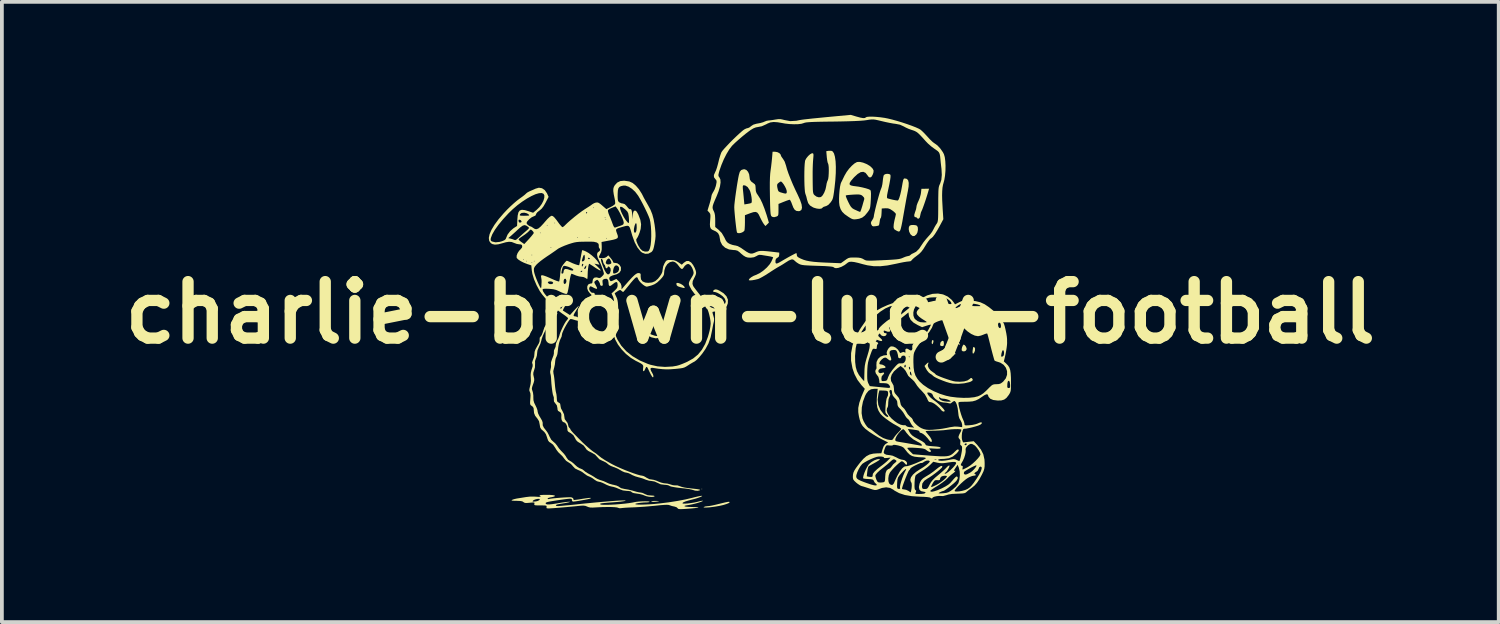
<source format=kicad_pcb>
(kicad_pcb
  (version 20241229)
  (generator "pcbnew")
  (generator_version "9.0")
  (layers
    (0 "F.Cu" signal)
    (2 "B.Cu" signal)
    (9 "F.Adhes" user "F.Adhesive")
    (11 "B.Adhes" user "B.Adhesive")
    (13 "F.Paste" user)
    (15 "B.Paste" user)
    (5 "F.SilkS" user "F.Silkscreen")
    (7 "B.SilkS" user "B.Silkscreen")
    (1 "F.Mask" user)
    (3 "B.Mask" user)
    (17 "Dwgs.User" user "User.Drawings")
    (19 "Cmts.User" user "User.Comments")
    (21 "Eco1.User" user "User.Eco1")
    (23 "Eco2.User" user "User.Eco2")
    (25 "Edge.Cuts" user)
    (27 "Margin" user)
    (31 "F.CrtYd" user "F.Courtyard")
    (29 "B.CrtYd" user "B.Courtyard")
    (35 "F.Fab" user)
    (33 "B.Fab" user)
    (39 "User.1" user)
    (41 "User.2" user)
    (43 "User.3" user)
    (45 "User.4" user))
  (footprint "charlie-brown-lucy-football"
    (layer "F.Cu")
    (at 16.871 5.249)
    (property "Reference" "charlie-brown-lucy-football" (at 0 0 0) (layer "F.SilkS") (effects (font (size 1.5 1.5) (thickness 0.3))))
    (attr board_only exclude_from_pos_files exclude_from_bom)
    (fp_poly (pts (xy -1.275 4.685) (xy -1.285 4.695) (xy -1.295 4.685) (xy -1.285 4.675)) (stroke (width 0) (type solid)) (fill yes) (layer "F.SilkS"))
    (fp_poly (pts (xy 4.864 0.744) (xy 4.862 0.78) (xy 4.847 0.827) (xy 4.831 0.84) (xy 4.819 0.818) (xy 4.817 0.791) (xy 4.825 0.743) (xy 4.844 0.729)) (stroke (width 0) (type solid)) (fill yes) (layer "F.SilkS"))
    (fp_poly (pts (xy -2.448 5.003) (xy -2.422 5.007) (xy -2.436 5.013) (xy -2.491 5.021) (xy -2.535 5.025) (xy -2.591 5.027) (xy -2.625 5.022) (xy -2.631 5.017) (xy -2.613 5.008) (xy -2.565 5.002) (xy -2.515 5.001)) (stroke (width 0) (type solid)) (fill yes) (layer "F.SilkS"))
    (fp_poly (pts (xy 5.949 0.92) (xy 5.968 0.953) (xy 5.967 1.005) (xy 5.95 1.054) (xy 5.924 1.089) (xy 5.907 1.086) (xy 5.901 1.048) (xy 5.904 1.007) (xy 5.913 0.946) (xy 5.922 0.917) (xy 5.934 0.913)) (stroke (width 0) (type solid)) (fill yes) (layer "F.SilkS"))
    (fp_poly (pts (xy -2.07 -0.434) (xy -2.027 -0.407) (xy -1.987 -0.374) (xy -1.964 -0.348) (xy -1.963 -0.343) (xy -1.972 -0.326) (xy -2.002 -0.333) (xy -2.047 -0.354) (xy -2.086 -0.383) (xy -2.111 -0.415) (xy -2.116 -0.438) (xy -2.102 -0.445)) (stroke (width 0) (type solid)) (fill yes) (layer "F.SilkS"))
    (fp_poly (pts (xy 5.134 0.767) (xy 5.141 0.819) (xy 5.141 0.82) (xy 5.137 0.868) (xy 5.12 0.887) (xy 5.09 0.891) (xy 5.051 0.882) (xy 5.04 0.849) (xy 5.04 0.844) (xy 5.054 0.789) (xy 5.089 0.755) (xy 5.114 0.749)) (stroke (width 0) (type solid)) (fill yes) (layer "F.SilkS"))
    (fp_poly (pts (xy 5.697 0.867) (xy 5.727 0.907) (xy 5.744 0.954) (xy 5.744 0.975) (xy 5.724 1.011) (xy 5.685 1.03) (xy 5.643 1.029) (xy 5.615 1.005) (xy 5.614 1.003) (xy 5.613 0.967) (xy 5.624 0.919) (xy 5.643 0.875) (xy 5.662 0.851) (xy 5.666 0.85)) (stroke (width 0) (type solid)) (fill yes) (layer "F.SilkS"))
    (fp_poly (pts (xy -1.9 -0.782) (xy -1.847 -0.762) (xy -1.793 -0.729) (xy -1.754 -0.692) (xy -1.741 -0.664) (xy -1.743 -0.654) (xy -1.756 -0.651) (xy -1.789 -0.657) (xy -1.85 -0.673) (xy -1.862 -0.676) (xy -1.922 -0.697) (xy -1.952 -0.722) (xy -1.96 -0.748) (xy -1.961 -0.779) (xy -1.943 -0.788)) (stroke (width 0) (type solid)) (fill yes) (layer "F.SilkS"))
    (fp_poly (pts (xy 4.396 -2.318) (xy 4.428 -2.303) (xy 4.449 -2.258) (xy 4.451 -2.194) (xy 4.437 -2.126) (xy 4.411 -2.077) (xy 4.361 -2.034) (xy 4.313 -2.03) (xy 4.264 -2.067) (xy 4.248 -2.088) (xy 4.219 -2.148) (xy 4.207 -2.214) (xy 4.212 -2.273) (xy 4.235 -2.31) (xy 4.236 -2.311) (xy 4.28 -2.324) (xy 4.339 -2.326)) (stroke (width 0) (type solid)) (fill yes) (layer "F.SilkS"))
    (fp_poly (pts (xy -0.553 5.027) (xy -0.549 5.036) (xy -0.551 5.042) (xy -0.573 5.059) (xy -0.626 5.081) (xy -0.701 5.105) (xy -0.74 5.115) (xy -0.825 5.134) (xy -0.918 5.15) (xy -1.01 5.163) (xy -1.095 5.173) (xy -1.167 5.177) (xy -1.217 5.177) (xy -1.239 5.171) (xy -1.235 5.163) (xy -1.194 5.148) (xy -1.138 5.141) (xy -1.137 5.141) (xy -1.088 5.136) (xy -1.013 5.123) (xy -0.924 5.103) (xy -0.874 5.091) (xy -0.752 5.061) (xy -0.664 5.04) (xy -0.605 5.028) (xy -0.569 5.024)) (stroke (width 0) (type solid)) (fill yes) (layer "F.SilkS"))
    (fp_poly (pts (xy 4.721 -3.198) (xy 4.69 -3.096) (xy 4.656 -2.99) (xy 4.622 -2.89) (xy 4.591 -2.803) (xy 4.566 -2.736) (xy 4.549 -2.699) (xy 4.547 -2.695) (xy 4.531 -2.659) (xy 4.517 -2.601) (xy 4.514 -2.584) (xy 4.499 -2.522) (xy 4.473 -2.495) (xy 4.468 -2.493) (xy 4.438 -2.497) (xy 4.432 -2.508) (xy 4.415 -2.526) (xy 4.392 -2.53) (xy 4.359 -2.545) (xy 4.353 -2.59) (xy 4.374 -2.665) (xy 4.382 -2.685) (xy 4.402 -2.747) (xy 4.412 -2.802) (xy 4.412 -2.808) (xy 4.421 -2.853) (xy 4.445 -2.917) (xy 4.466 -2.962) (xy 4.5 -3.044) (xy 4.525 -3.135) (xy 4.532 -3.176) (xy 4.544 -3.286) (xy 4.645 -3.287) (xy 4.747 -3.289)) (stroke (width 0) (type solid)) (fill yes) (layer "F.SilkS"))
    (fp_poly (pts (xy 5.453 0.702) (xy 5.501 0.745) (xy 5.532 0.789) (xy 5.561 0.838) (xy 5.562 0.859) (xy 5.539 0.849) (xy 5.506 0.821) (xy 5.456 0.782) (xy 5.412 0.774) (xy 5.397 0.776) (xy 5.346 0.802) (xy 5.296 0.848) (xy 5.256 0.901) (xy 5.235 0.951) (xy 5.236 0.971) (xy 5.269 1.025) (xy 5.328 1.062) (xy 5.387 1.073) (xy 5.432 1.079) (xy 5.454 1.093) (xy 5.444 1.105) (xy 5.398 1.112) (xy 5.356 1.113) (xy 5.286 1.11) (xy 5.245 1.098) (xy 5.217 1.074) (xy 5.213 1.068) (xy 5.192 1.018) (xy 5.181 0.953) (xy 5.181 0.945) (xy 5.185 0.896) (xy 5.203 0.856) (xy 5.241 0.812) (xy 5.277 0.777) (xy 5.349 0.718) (xy 5.405 0.693)) (stroke (width 0) (type solid)) (fill yes) (layer "F.SilkS"))
    (fp_poly (pts (xy -2.756 0.181) (xy -2.753 0.197) (xy -2.766 0.241) (xy -2.784 0.272) (xy -2.809 0.325) (xy -2.806 0.384) (xy -2.773 0.46) (xy -2.769 0.468) (xy -2.73 0.522) (xy -2.679 0.56) (xy -2.617 0.587) (xy -2.536 0.614) (xy -2.478 0.624) (xy -2.431 0.614) (xy -2.38 0.584) (xy -2.351 0.562) (xy -2.296 0.513) (xy -2.271 0.469) (xy -2.267 0.441) (xy -2.257 0.396) (xy -2.236 0.385) (xy -2.212 0.4) (xy -2.208 0.441) (xy -2.224 0.498) (xy -2.246 0.542) (xy -2.318 0.624) (xy -2.407 0.672) (xy -2.51 0.684) (xy -2.621 0.659) (xy -2.642 0.65) (xy -2.74 0.588) (xy -2.82 0.503) (xy -2.868 0.414) (xy -2.883 0.353) (xy -2.875 0.301) (xy -2.865 0.273) (xy -2.837 0.225) (xy -2.805 0.189) (xy -2.775 0.173)) (stroke (width 0) (type solid)) (fill yes) (layer "F.SilkS"))
    (fp_poly (pts (xy 4.728 1.352) (xy 4.718 1.371) (xy 4.714 1.419) (xy 4.739 1.477) (xy 4.787 1.536) (xy 4.847 1.581) (xy 4.892 1.611) (xy 4.916 1.634) (xy 4.918 1.638) (xy 4.936 1.654) (xy 4.985 1.678) (xy 5.055 1.708) (xy 5.139 1.74) (xy 5.229 1.771) (xy 5.315 1.799) (xy 5.39 1.82) (xy 5.446 1.831) (xy 5.446 1.831) (xy 5.57 1.837) (xy 5.679 1.828) (xy 5.765 1.803) (xy 5.819 1.768) (xy 5.855 1.738) (xy 5.88 1.74) (xy 5.886 1.745) (xy 5.908 1.78) (xy 5.895 1.81) (xy 5.844 1.838) (xy 5.814 1.848) (xy 5.679 1.879) (xy 5.528 1.892) (xy 5.382 1.886) (xy 5.363 1.883) (xy 5.293 1.868) (xy 5.205 1.842) (xy 5.11 1.807) (xy 5.017 1.77) (xy 4.936 1.733) (xy 4.878 1.7) (xy 4.857 1.683) (xy 4.816 1.647) (xy 4.775 1.622) (xy 4.735 1.589) (xy 4.692 1.535) (xy 4.675 1.507) (xy 4.626 1.418) (xy 4.674 1.367) (xy 4.713 1.332) (xy 4.732 1.327)) (stroke (width 0) (type solid)) (fill yes) (layer "F.SilkS"))
    (fp_poly (pts (xy 0.718 -4.26) (xy 0.772 -4.233) (xy 0.805 -4.197) (xy 0.81 -4.179) (xy 0.822 -4.147) (xy 0.853 -4.101) (xy 0.867 -4.084) (xy 0.913 -4.008) (xy 0.947 -3.908) (xy 0.95 -3.898) (xy 0.975 -3.806) (xy 1.016 -3.686) (xy 1.07 -3.548) (xy 1.132 -3.4) (xy 1.2 -3.251) (xy 1.256 -3.135) (xy 1.322 -2.989) (xy 1.362 -2.872) (xy 1.373 -2.784) (xy 1.357 -2.725) (xy 1.314 -2.696) (xy 1.281 -2.692) (xy 1.222 -2.7) (xy 1.178 -2.731) (xy 1.142 -2.789) (xy 1.113 -2.864) (xy 1.088 -2.93) (xy 1.064 -2.977) (xy 1.046 -2.996) (xy 1.046 -2.996) (xy 1.016 -2.988) (xy 0.961 -2.969) (xy 0.892 -2.942) (xy 0.886 -2.94) (xy 0.749 -2.884) (xy 0.749 -2.727) (xy 0.748 -2.647) (xy 0.744 -2.599) (xy 0.733 -2.572) (xy 0.714 -2.557) (xy 0.697 -2.55) (xy 0.637 -2.533) (xy 0.594 -2.538) (xy 0.564 -2.556) (xy 0.554 -2.569) (xy 0.546 -2.592) (xy 0.539 -2.63) (xy 0.534 -2.689) (xy 0.53 -2.772) (xy 0.526 -2.885) (xy 0.523 -3.032) (xy 0.522 -3.087) (xy 0.519 -3.29) (xy 0.519 -3.388) (xy 0.712 -3.388) (xy 0.715 -3.34) (xy 0.721 -3.309) (xy 0.735 -3.249) (xy 0.754 -3.216) (xy 0.791 -3.196) (xy 0.82 -3.187) (xy 0.897 -3.165) (xy 0.944 -3.159) (xy 0.965 -3.173) (xy 0.969 -3.207) (xy 0.966 -3.237) (xy 0.951 -3.285) (xy 0.922 -3.345) (xy 0.886 -3.405) (xy 0.849 -3.453) (xy 0.819 -3.479) (xy 0.811 -3.481) (xy 0.788 -3.469) (xy 0.751 -3.443) (xy 0.723 -3.417) (xy 0.712 -3.388) (xy 0.519 -3.388) (xy 0.519 -3.456) (xy 0.523 -3.59) (xy 0.53 -3.697) (xy 0.538 -3.764) (xy 0.553 -3.873) (xy 0.567 -3.994) (xy 0.578 -4.101) (xy 0.578 -4.103) (xy 0.592 -4.27) (xy 0.656 -4.27)) (stroke (width 0) (type solid)) (fill yes) (layer "F.SilkS"))
    (fp_poly (pts (xy -0.103 -3.786) (xy -0.06 -3.738) (xy -0.03 -3.67) (xy -0.02 -3.601) (xy -0.011 -3.534) (xy 0.021 -3.483) (xy 0.084 -3.435) (xy 0.086 -3.434) (xy 0.12 -3.407) (xy 0.136 -3.374) (xy 0.141 -3.319) (xy 0.142 -3.297) (xy 0.147 -3.228) (xy 0.166 -3.172) (xy 0.207 -3.11) (xy 0.211 -3.104) (xy 0.264 -3.02) (xy 0.32 -2.903) (xy 0.377 -2.759) (xy 0.433 -2.594) (xy 0.451 -2.535) (xy 0.494 -2.388) (xy 0.448 -2.342) (xy 0.402 -2.297) (xy 0.361 -2.348) (xy 0.332 -2.392) (xy 0.295 -2.459) (xy 0.258 -2.534) (xy 0.258 -2.535) (xy 0.221 -2.61) (xy 0.185 -2.655) (xy 0.142 -2.672) (xy 0.082 -2.666) (xy -0.003 -2.638) (xy -0.029 -2.628) (xy -0.142 -2.585) (xy -0.142 -2.39) (xy -0.144 -2.304) (xy -0.148 -2.232) (xy -0.153 -2.185) (xy -0.157 -2.174) (xy -0.195 -2.139) (xy -0.246 -2.116) (xy -0.299 -2.107) (xy -0.34 -2.114) (xy -0.354 -2.13) (xy -0.362 -2.168) (xy -0.372 -2.236) (xy -0.383 -2.327) (xy -0.395 -2.43) (xy -0.406 -2.538) (xy -0.415 -2.64) (xy -0.422 -2.727) (xy -0.425 -2.79) (xy -0.425 -2.8) (xy -0.422 -2.861) (xy -0.412 -2.953) (xy -0.398 -3.067) (xy -0.38 -3.196) (xy -0.36 -3.33) (xy -0.357 -3.352) (xy -0.199 -3.352) (xy -0.198 -3.303) (xy -0.195 -3.264) (xy -0.186 -3.178) (xy -0.176 -3.077) (xy -0.17 -3.009) (xy -0.157 -2.871) (xy -0.073 -2.885) (xy -0.017 -2.896) (xy 0.022 -2.907) (xy 0.028 -2.909) (xy 0.039 -2.937) (xy 0.04 -2.991) (xy 0.033 -3.062) (xy 0.019 -3.139) (xy 0.000248 -3.209) (xy -0.018 -3.253) (xy -0.071 -3.333) (xy -0.132 -3.373) (xy -0.173 -3.38) (xy -0.191 -3.374) (xy -0.199 -3.352) (xy -0.357 -3.352) (xy -0.339 -3.461) (xy -0.318 -3.581) (xy -0.302 -3.658) (xy -0.278 -3.738) (xy -0.241 -3.784) (xy -0.185 -3.803) (xy -0.153 -3.805)) (stroke (width 0) (type solid)) (fill yes) (layer "F.SilkS"))
    (fp_poly (pts (xy 2.156 -4.294) (xy 2.189 -4.277) (xy 2.223 -4.224) (xy 2.248 -4.136) (xy 2.265 -4.016) (xy 2.272 -3.869) (xy 2.27 -3.7) (xy 2.258 -3.511) (xy 2.238 -3.323) (xy 2.223 -3.204) (xy 2.21 -3.117) (xy 2.198 -3.054) (xy 2.184 -3.009) (xy 2.166 -2.973) (xy 2.142 -2.938) (xy 2.132 -2.924) (xy 2.073 -2.86) (xy 2.016 -2.828) (xy 1.995 -2.822) (xy 1.945 -2.806) (xy 1.916 -2.783) (xy 1.915 -2.781) (xy 1.887 -2.76) (xy 1.832 -2.754) (xy 1.763 -2.762) (xy 1.688 -2.784) (xy 1.665 -2.794) (xy 1.586 -2.843) (xy 1.537 -2.906) (xy 1.508 -2.996) (xy 1.506 -3.005) (xy 1.488 -3.08) (xy 1.464 -3.151) (xy 1.462 -3.157) (xy 1.452 -3.202) (xy 1.445 -3.278) (xy 1.439 -3.379) (xy 1.436 -3.495) (xy 1.435 -3.618) (xy 1.436 -3.741) (xy 1.439 -3.853) (xy 1.445 -3.948) (xy 1.453 -4.017) (xy 1.459 -4.044) (xy 1.49 -4.099) (xy 1.536 -4.156) (xy 1.587 -4.202) (xy 1.633 -4.228) (xy 1.645 -4.23) (xy 1.666 -4.226) (xy 1.676 -4.21) (xy 1.678 -4.172) (xy 1.673 -4.103) (xy 1.672 -4.093) (xy 1.665 -4.008) (xy 1.661 -3.927) (xy 1.658 -3.841) (xy 1.656 -3.742) (xy 1.656 -3.62) (xy 1.657 -3.468) (xy 1.657 -3.46) (xy 1.659 -3.343) (xy 1.661 -3.26) (xy 1.666 -3.203) (xy 1.674 -3.165) (xy 1.686 -3.139) (xy 1.701 -3.121) (xy 1.757 -3.079) (xy 1.82 -3.06) (xy 1.874 -3.067) (xy 1.88 -3.07) (xy 1.924 -3.115) (xy 1.965 -3.188) (xy 1.998 -3.275) (xy 2.016 -3.36) (xy 2.028 -3.43) (xy 2.046 -3.488) (xy 2.057 -3.511) (xy 2.069 -3.548) (xy 2.078 -3.613) (xy 2.083 -3.694) (xy 2.085 -3.78) (xy 2.083 -3.86) (xy 2.076 -3.922) (xy 2.066 -3.957) (xy 2.064 -3.959) (xy 2.053 -3.987) (xy 2.042 -4.045) (xy 2.032 -4.12) (xy 2.031 -4.132) (xy 2.018 -4.285) (xy 2.087 -4.296)) (stroke (width 0) (type solid)) (fill yes) (layer "F.SilkS"))
    (fp_poly (pts (xy 2.995 -3.981) (xy 3.085 -3.945) (xy 3.167 -3.898) (xy 3.199 -3.873) (xy 3.252 -3.818) (xy 3.275 -3.769) (xy 3.269 -3.714) (xy 3.248 -3.656) (xy 3.214 -3.6) (xy 3.176 -3.585) (xy 3.136 -3.609) (xy 3.113 -3.643) (xy 3.061 -3.709) (xy 3.001 -3.737) (xy 2.931 -3.728) (xy 2.851 -3.68) (xy 2.759 -3.595) (xy 2.741 -3.575) (xy 2.674 -3.497) (xy 2.639 -3.441) (xy 2.637 -3.402) (xy 2.668 -3.377) (xy 2.733 -3.361) (xy 2.783 -3.355) (xy 2.879 -3.342) (xy 2.978 -3.322) (xy 3.069 -3.299) (xy 3.141 -3.276) (xy 3.186 -3.254) (xy 3.19 -3.25) (xy 3.2 -3.221) (xy 3.205 -3.158) (xy 3.203 -3.059) (xy 3.2 -2.995) (xy 3.194 -2.895) (xy 3.187 -2.824) (xy 3.178 -2.774) (xy 3.162 -2.734) (xy 3.137 -2.694) (xy 3.109 -2.656) (xy 3.041 -2.574) (xy 2.973 -2.522) (xy 2.892 -2.491) (xy 2.821 -2.479) (xy 2.766 -2.474) (xy 2.722 -2.479) (xy 2.676 -2.498) (xy 2.614 -2.536) (xy 2.599 -2.546) (xy 2.504 -2.613) (xy 2.44 -2.677) (xy 2.398 -2.746) (xy 2.371 -2.83) (xy 2.368 -2.846) (xy 2.359 -2.921) (xy 2.357 -3.02) (xy 2.36 -3.109) (xy 2.536 -3.109) (xy 2.538 -3.086) (xy 2.556 -3.037) (xy 2.586 -2.969) (xy 2.602 -2.935) (xy 2.642 -2.857) (xy 2.675 -2.805) (xy 2.708 -2.771) (xy 2.75 -2.744) (xy 2.793 -2.724) (xy 2.854 -2.696) (xy 2.899 -2.678) (xy 2.917 -2.672) (xy 2.927 -2.69) (xy 2.945 -2.737) (xy 2.967 -2.806) (xy 2.974 -2.828) (xy 2.996 -2.907) (xy 3.015 -2.972) (xy 3.027 -3.014) (xy 3.028 -3.019) (xy 3.019 -3.055) (xy 2.981 -3.096) (xy 2.981 -3.097) (xy 2.951 -3.118) (xy 2.918 -3.13) (xy 2.873 -3.136) (xy 2.805 -3.135) (xy 2.737 -3.132) (xy 2.653 -3.126) (xy 2.586 -3.12) (xy 2.544 -3.112) (xy 2.536 -3.109) (xy 2.36 -3.109) (xy 2.361 -3.13) (xy 2.37 -3.241) (xy 2.383 -3.341) (xy 2.4 -3.42) (xy 2.413 -3.455) (xy 2.437 -3.501) (xy 2.47 -3.57) (xy 2.507 -3.646) (xy 2.508 -3.646) (xy 2.559 -3.734) (xy 2.624 -3.821) (xy 2.697 -3.899) (xy 2.768 -3.96) (xy 2.83 -3.995) (xy 2.84 -3.998) (xy 2.909 -4)) (stroke (width 0) (type solid)) (fill yes) (layer "F.SilkS"))
    (fp_poly (pts (xy 3.684 -3.679) (xy 3.716 -3.663) (xy 3.724 -3.64) (xy 3.723 -3.594) (xy 3.713 -3.52) (xy 3.694 -3.415) (xy 3.665 -3.276) (xy 3.649 -3.202) (xy 3.633 -3.12) (xy 3.629 -3.063) (xy 3.634 -3.038) (xy 3.662 -3.027) (xy 3.716 -3.012) (xy 3.783 -2.996) (xy 3.849 -2.983) (xy 3.902 -2.976) (xy 3.916 -2.975) (xy 3.935 -2.994) (xy 3.957 -3.047) (xy 3.981 -3.127) (xy 4.005 -3.227) (xy 4.026 -3.339) (xy 4.043 -3.436) (xy 4.056 -3.5) (xy 4.068 -3.538) (xy 4.08 -3.556) (xy 4.096 -3.561) (xy 4.104 -3.561) (xy 4.158 -3.549) (xy 4.192 -3.51) (xy 4.207 -3.444) (xy 4.204 -3.347) (xy 4.182 -3.216) (xy 4.18 -3.208) (xy 4.167 -3.14) (xy 4.148 -3.042) (xy 4.127 -2.924) (xy 4.104 -2.797) (xy 4.089 -2.712) (xy 4.059 -2.543) (xy 4.036 -2.41) (xy 4.016 -2.309) (xy 3.999 -2.237) (xy 3.984 -2.189) (xy 3.968 -2.162) (xy 3.949 -2.151) (xy 3.927 -2.154) (xy 3.9 -2.166) (xy 3.871 -2.181) (xy 3.825 -2.21) (xy 3.807 -2.248) (xy 3.805 -2.286) (xy 3.81 -2.348) (xy 3.824 -2.426) (xy 3.835 -2.476) (xy 3.852 -2.543) (xy 3.863 -2.596) (xy 3.866 -2.618) (xy 3.85 -2.643) (xy 3.811 -2.68) (xy 3.773 -2.709) (xy 3.709 -2.749) (xy 3.656 -2.767) (xy 3.595 -2.769) (xy 3.585 -2.769) (xy 3.491 -2.763) (xy 3.485 -2.636) (xy 3.48 -2.571) (xy 3.471 -2.525) (xy 3.463 -2.51) (xy 3.451 -2.492) (xy 3.44 -2.446) (xy 3.436 -2.418) (xy 3.427 -2.36) (xy 3.418 -2.322) (xy 3.414 -2.315) (xy 3.389 -2.305) (xy 3.339 -2.295) (xy 3.322 -2.293) (xy 3.267 -2.289) (xy 3.238 -2.299) (xy 3.217 -2.331) (xy 3.215 -2.336) (xy 3.202 -2.377) (xy 3.212 -2.414) (xy 3.235 -2.449) (xy 3.264 -2.499) (xy 3.279 -2.542) (xy 3.279 -2.546) (xy 3.284 -2.586) (xy 3.299 -2.657) (xy 3.32 -2.749) (xy 3.346 -2.855) (xy 3.375 -2.965) (xy 3.404 -3.071) (xy 3.431 -3.165) (xy 3.454 -3.237) (xy 3.47 -3.281) (xy 3.472 -3.285) (xy 3.491 -3.335) (xy 3.507 -3.408) (xy 3.516 -3.477) (xy 3.524 -3.552) (xy 3.535 -3.614) (xy 3.545 -3.648) (xy 3.577 -3.673) (xy 3.63 -3.684)) (stroke (width 0) (type solid)) (fill yes) (layer "F.SilkS"))
    (fp_poly (pts (xy -5.128 0.004) (xy -5.12 0.01) (xy -5.13 0.041) (xy -5.153 0.089) (xy -5.183 0.14) (xy -5.211 0.182) (xy -5.231 0.202) (xy -5.232 0.202) (xy -5.266 0.22) (xy -5.31 0.268) (xy -5.36 0.338) (xy -5.413 0.424) (xy -5.462 0.517) (xy -5.505 0.61) (xy -5.537 0.696) (xy -5.551 0.755) (xy -5.571 0.823) (xy -5.603 0.894) (xy -5.61 0.907) (xy -5.651 1.008) (xy -5.659 1.077) (xy -5.667 1.146) (xy -5.685 1.205) (xy -5.693 1.22) (xy -5.715 1.287) (xy -5.714 1.351) (xy -5.718 1.457) (xy -5.738 1.526) (xy -5.759 1.592) (xy -5.762 1.645) (xy -5.749 1.706) (xy -5.737 1.761) (xy -5.738 1.809) (xy -5.753 1.867) (xy -5.768 1.907) (xy -5.791 1.975) (xy -5.799 2.02) (xy -5.793 2.055) (xy -5.784 2.079) (xy -5.769 2.132) (xy -5.76 2.204) (xy -5.76 2.247) (xy -5.757 2.327) (xy -5.738 2.395) (xy -5.705 2.462) (xy -5.673 2.529) (xy -5.651 2.592) (xy -5.647 2.624) (xy -5.635 2.675) (xy -5.603 2.742) (xy -5.574 2.79) (xy -5.528 2.87) (xy -5.511 2.926) (xy -5.512 2.94) (xy -5.511 2.994) (xy -5.48 3.058) (xy -5.425 3.127) (xy -5.384 3.184) (xy -5.346 3.256) (xy -5.334 3.285) (xy -5.284 3.377) (xy -5.231 3.427) (xy -5.176 3.475) (xy -5.127 3.536) (xy -5.12 3.548) (xy -5.078 3.608) (xy -5.022 3.672) (xy -4.995 3.699) (xy -4.942 3.756) (xy -4.898 3.815) (xy -4.884 3.842) (xy -4.837 3.907) (xy -4.791 3.937) (xy -4.739 3.968) (xy -4.679 4.017) (xy -4.652 4.045) (xy -4.597 4.093) (xy -4.542 4.129) (xy -4.517 4.138) (xy -4.46 4.162) (xy -4.419 4.193) (xy -4.38 4.226) (xy -4.32 4.264) (xy -4.281 4.286) (xy -4.21 4.324) (xy -4.145 4.364) (xy -4.119 4.383) (xy -4.059 4.417) (xy -3.987 4.447) (xy -3.967 4.452) (xy -3.892 4.477) (xy -3.821 4.509) (xy -3.806 4.517) (xy -3.744 4.544) (xy -3.665 4.567) (xy -3.626 4.575) (xy -3.55 4.594) (xy -3.493 4.621) (xy -3.479 4.633) (xy -3.426 4.664) (xy -3.337 4.684) (xy -3.325 4.686) (xy -3.235 4.701) (xy -3.137 4.725) (xy -3.092 4.738) (xy -3.019 4.759) (xy -2.953 4.773) (xy -2.92 4.777) (xy -2.864 4.788) (xy -2.805 4.815) (xy -2.803 4.817) (xy -2.725 4.849) (xy -2.635 4.857) (xy -2.572 4.861) (xy -2.541 4.87) (xy -2.54 4.878) (xy -2.569 4.892) (xy -2.624 4.896) (xy -2.692 4.89) (xy -2.759 4.876) (xy -2.809 4.857) (xy -2.865 4.836) (xy -2.942 4.817) (xy -3.007 4.807) (xy -3.091 4.794) (xy -3.14 4.776) (xy -3.151 4.765) (xy -3.176 4.746) (xy -3.235 4.737) (xy -3.271 4.736) (xy -3.385 4.722) (xy -3.484 4.684) (xy -3.559 4.652) (xy -3.636 4.628) (xy -3.67 4.622) (xy -3.736 4.606) (xy -3.814 4.575) (xy -3.858 4.552) (xy -3.925 4.52) (xy -3.986 4.498) (xy -4.017 4.493) (xy -4.072 4.478) (xy -4.133 4.44) (xy -4.141 4.433) (xy -4.2 4.391) (xy -4.261 4.36) (xy -4.275 4.355) (xy -4.333 4.329) (xy -4.393 4.287) (xy -4.408 4.275) (xy -4.47 4.229) (xy -4.545 4.19) (xy -4.57 4.181) (xy -4.653 4.14) (xy -4.71 4.08) (xy -4.711 4.078) (xy -4.759 4.024) (xy -4.818 3.982) (xy -4.827 3.978) (xy -4.889 3.937) (xy -4.939 3.879) (xy -4.939 3.878) (xy -4.985 3.818) (xy -5.041 3.763) (xy -5.049 3.756) (xy -5.098 3.708) (xy -5.149 3.641) (xy -5.175 3.597) (xy -5.236 3.508) (xy -5.297 3.461) (xy -5.338 3.436) (xy -5.366 3.4) (xy -5.389 3.339) (xy -5.396 3.314) (xy -5.426 3.231) (xy -5.466 3.173) (xy -5.505 3.137) (xy -5.553 3.094) (xy -5.578 3.05) (xy -5.589 2.987) (xy -5.591 2.975) (xy -5.609 2.885) (xy -5.649 2.82) (xy -5.651 2.817) (xy -5.711 2.742) (xy -5.741 2.669) (xy -5.748 2.594) (xy -5.754 2.534) (xy -5.779 2.496) (xy -5.801 2.48) (xy -5.828 2.46) (xy -5.842 2.438) (xy -5.847 2.402) (xy -5.844 2.343) (xy -5.84 2.297) (xy -5.834 2.204) (xy -5.839 2.142) (xy -5.852 2.108) (xy -5.866 2.074) (xy -5.865 2.032) (xy -5.85 1.969) (xy -5.833 1.894) (xy -5.825 1.819) (xy -5.825 1.796) (xy -5.828 1.724) (xy -5.831 1.656) (xy -5.831 1.655) (xy -5.826 1.595) (xy -5.809 1.523) (xy -5.799 1.494) (xy -5.778 1.423) (xy -5.779 1.376) (xy -5.785 1.363) (xy -5.793 1.325) (xy -5.776 1.272) (xy -5.766 1.25) (xy -5.739 1.174) (xy -5.731 1.098) (xy -5.731 1.096) (xy -5.726 1.04) (xy -5.704 0.978) (xy -5.66 0.898) (xy -5.658 0.895) (xy -5.613 0.816) (xy -5.593 0.759) (xy -5.593 0.722) (xy -5.59 0.668) (xy -5.567 0.639) (xy -5.539 0.599) (xy -5.514 0.538) (xy -5.506 0.512) (xy -5.466 0.392) (xy -5.409 0.294) (xy -5.339 0.214) (xy -5.288 0.155) (xy -5.246 0.095) (xy -5.232 0.067) (xy -5.198 0.014) (xy -5.162 0)) (stroke (width 0) (type solid)) (fill yes) (layer "F.SilkS"))
    (fp_poly (pts (xy -5.323 4.841) (xy -5.243 4.847) (xy -5.196 4.857) (xy -5.184 4.87) (xy -5.209 4.885) (xy -5.272 4.901) (xy -5.308 4.907) (xy -5.356 4.92) (xy -5.382 4.937) (xy -5.384 4.941) (xy -5.368 4.953) (xy -5.348 4.951) (xy -5.302 4.942) (xy -5.228 4.933) (xy -5.136 4.924) (xy -5.036 4.916) (xy -4.937 4.909) (xy -4.85 4.905) (xy -4.783 4.903) (xy -4.748 4.906) (xy -4.709 4.925) (xy -4.695 4.949) (xy -4.695 4.964) (xy -4.691 4.973) (xy -4.674 4.976) (xy -4.64 4.973) (xy -4.58 4.965) (xy -4.487 4.951) (xy -4.473 4.948) (xy -4.366 4.932) (xy -4.295 4.923) (xy -4.253 4.92) (xy -4.235 4.922) (xy -4.236 4.931) (xy -4.241 4.935) (xy -4.266 4.944) (xy -4.321 4.957) (xy -4.397 4.972) (xy -4.482 4.987) (xy -4.567 5.002) (xy -4.641 5.013) (xy -4.696 5.019) (xy -4.711 5.019) (xy -4.731 5.002) (xy -4.736 4.979) (xy -4.737 4.962) (xy -4.744 4.95) (xy -4.762 4.943) (xy -4.796 4.942) (xy -4.851 4.947) (xy -4.933 4.957) (xy -5.047 4.973) (xy -5.131 4.986) (xy -5.253 5.005) (xy -5.34 5.02) (xy -5.396 5.034) (xy -5.426 5.047) (xy -5.434 5.06) (xy -5.425 5.082) (xy -5.396 5.093) (xy -5.343 5.095) (xy -5.26 5.087) (xy -5.144 5.069) (xy -5.09 5.06) (xy -4.99 5.043) (xy -4.902 5.031) (xy -4.833 5.024) (xy -4.794 5.023) (xy -4.794 5.023) (xy -4.79 5.029) (xy -4.82 5.039) (xy -4.878 5.051) (xy -4.908 5.057) (xy -5.012 5.074) (xy -5.083 5.086) (xy -5.127 5.096) (xy -5.15 5.105) (xy -5.16 5.114) (xy -5.161 5.123) (xy -5.145 5.135) (xy -5.096 5.138) (xy -5.014 5.132) (xy -4.923 5.123) (xy -4.831 5.115) (xy -4.766 5.109) (xy -4.686 5.101) (xy -4.607 5.093) (xy -4.584 5.09) (xy -4.494 5.08) (xy -4.377 5.068) (xy -4.241 5.055) (xy -4.096 5.041) (xy -3.947 5.028) (xy -3.804 5.016) (xy -3.674 5.005) (xy -3.566 4.997) (xy -3.487 4.992) (xy -3.465 4.991) (xy -3.376 4.989) (xy -3.324 4.99) (xy -3.308 4.995) (xy -3.324 5.002) (xy -3.37 5.01) (xy -3.443 5.02) (xy -3.54 5.03) (xy -3.652 5.039) (xy -3.781 5.048) (xy -3.873 5.056) (xy -3.935 5.063) (xy -3.971 5.07) (xy -3.986 5.078) (xy -3.986 5.088) (xy -3.981 5.093) (xy -3.952 5.101) (xy -3.889 5.105) (xy -3.801 5.105) (xy -3.694 5.101) (xy -3.577 5.095) (xy -3.455 5.085) (xy -3.337 5.074) (xy -3.229 5.061) (xy -3.139 5.047) (xy -3.086 5.036) (xy -3.032 5.026) (xy -2.959 5.018) (xy -2.879 5.013) (xy -2.8 5.011) (xy -2.732 5.012) (xy -2.686 5.016) (xy -2.672 5.024) (xy -2.689 5.034) (xy -2.733 5.039) (xy -2.739 5.04) (xy -2.816 5.042) (xy -2.896 5.049) (xy -2.969 5.058) (xy -3.025 5.069) (xy -3.054 5.08) (xy -3.056 5.083) (xy -3.037 5.093) (xy -2.984 5.098) (xy -2.902 5.1) (xy -2.798 5.097) (xy -2.678 5.092) (xy -2.547 5.082) (xy -2.412 5.069) (xy -2.406 5.068) (xy -2.162 5.038) (xy -1.929 5.001) (xy -1.717 4.961) (xy -1.548 4.921) (xy -1.466 4.9) (xy -1.389 4.882) (xy -1.336 4.871) (xy -1.289 4.865) (xy -1.277 4.87) (xy -1.292 4.882) (xy -1.332 4.9) (xy -1.391 4.922) (xy -1.464 4.944) (xy -1.514 4.957) (xy -1.636 4.989) (xy -1.722 5.015) (xy -1.775 5.037) (xy -1.799 5.056) (xy -1.801 5.063) (xy -1.783 5.072) (xy -1.734 5.073) (xy -1.663 5.069) (xy -1.578 5.058) (xy -1.49 5.044) (xy -1.406 5.026) (xy -1.381 5.019) (xy -1.317 5.003) (xy -1.271 4.996) (xy -1.255 4.998) (xy -1.273 5.011) (xy -1.321 5.03) (xy -1.389 5.052) (xy -1.468 5.074) (xy -1.548 5.093) (xy -1.619 5.107) (xy -1.644 5.111) (xy -1.716 5.123) (xy -1.748 5.134) (xy -1.744 5.145) (xy -1.705 5.154) (xy -1.632 5.16) (xy -1.534 5.163) (xy -1.442 5.166) (xy -1.389 5.17) (xy -1.375 5.176) (xy -1.399 5.183) (xy -1.461 5.191) (xy -1.558 5.201) (xy -1.692 5.211) (xy -1.702 5.212) (xy -1.799 5.218) (xy -1.863 5.219) (xy -1.901 5.215) (xy -1.921 5.206) (xy -1.929 5.195) (xy -1.955 5.171) (xy -2.005 5.153) (xy -2.018 5.15) (xy -2.082 5.136) (xy -2.137 5.117) (xy -2.142 5.115) (xy -2.171 5.107) (xy -2.219 5.104) (xy -2.29 5.107) (xy -2.392 5.115) (xy -2.516 5.128) (xy -2.655 5.141) (xy -2.805 5.154) (xy -2.952 5.164) (xy -3.079 5.171) (xy -3.106 5.172) (xy -3.211 5.176) (xy -3.305 5.181) (xy -3.379 5.187) (xy -3.424 5.192) (xy -3.426 5.193) (xy -3.476 5.195) (xy -3.508 5.184) (xy -3.541 5.174) (xy -3.606 5.167) (xy -3.698 5.163) (xy -3.809 5.163) (xy -3.932 5.165) (xy -4.059 5.171) (xy -4.09 5.173) (xy -4.184 5.178) (xy -4.25 5.176) (xy -4.298 5.165) (xy -4.331 5.151) (xy -4.38 5.132) (xy -4.435 5.125) (xy -4.511 5.129) (xy -4.531 5.131) (xy -4.632 5.142) (xy -4.751 5.153) (xy -4.879 5.165) (xy -5.008 5.176) (xy -5.13 5.186) (xy -5.236 5.194) (xy -5.318 5.199) (xy -5.367 5.201) (xy -5.405 5.196) (xy -5.412 5.174) (xy -5.41 5.161) (xy -5.407 5.141) (xy -5.417 5.129) (xy -5.447 5.123) (xy -5.505 5.121) (xy -5.572 5.12) (xy -5.655 5.12) (xy -5.705 5.117) (xy -5.73 5.11) (xy -5.736 5.096) (xy -5.733 5.078) (xy -5.729 5.056) (xy -5.739 5.044) (xy -5.769 5.042) (xy -5.83 5.047) (xy -5.856 5.05) (xy -5.932 5.056) (xy -5.981 5.054) (xy -6.011 5.041) (xy -6.022 5.032) (xy -6.053 5.013) (xy -6.062 5.011) (xy -5.783 5.011) (xy -5.767 5.019) (xy -5.743 5.019) (xy -5.681 5.012) (xy -5.638 5) (xy -5.6 4.978) (xy -5.586 4.958) (xy -5.603 4.947) (xy -5.643 4.947) (xy -5.694 4.957) (xy -5.742 4.975) (xy -5.767 4.991) (xy -5.783 5.011) (xy -6.062 5.011) (xy -6.108 5.003) (xy -6.193 4.999) (xy -6.21 4.998) (xy -6.286 4.997) (xy -6.328 4.993) (xy -6.339 4.986) (xy -6.325 4.974) (xy -6.325 4.974) (xy -6.281 4.957) (xy -6.216 4.941) (xy -6.183 4.935) (xy -6.106 4.923) (xy -6.013 4.908) (xy -5.951 4.898) (xy -5.853 4.887) (xy -5.747 4.886) (xy -5.693 4.889) (xy -5.614 4.894) (xy -5.572 4.889) (xy -5.566 4.881) (xy -5.582 4.859) (xy -5.601 4.851) (xy -5.598 4.847) (xy -5.56 4.844) (xy -5.496 4.841) (xy -5.434 4.84)) (stroke (width 0) (type solid)) (fill yes) (layer "F.SilkS"))
    (fp_poly (pts (xy 2.816 -5.205) (xy 2.923 -5.176) (xy 2.997 -5.163) (xy 3.044 -5.166) (xy 3.066 -5.181) (xy 3.095 -5.195) (xy 3.156 -5.201) (xy 3.242 -5.202) (xy 3.344 -5.196) (xy 3.455 -5.185) (xy 3.567 -5.169) (xy 3.653 -5.152) (xy 3.769 -5.124) (xy 3.899 -5.088) (xy 4.034 -5.047) (xy 4.166 -5.003) (xy 4.289 -4.959) (xy 4.394 -4.918) (xy 4.474 -4.882) (xy 4.515 -4.859) (xy 4.56 -4.821) (xy 4.62 -4.762) (xy 4.684 -4.693) (xy 4.706 -4.669) (xy 4.768 -4.601) (xy 4.83 -4.541) (xy 4.881 -4.5) (xy 4.895 -4.492) (xy 4.971 -4.436) (xy 5.047 -4.354) (xy 5.113 -4.259) (xy 5.141 -4.206) (xy 5.164 -4.128) (xy 5.178 -4.021) (xy 5.184 -3.897) (xy 5.182 -3.765) (xy 5.171 -3.636) (xy 5.152 -3.521) (xy 5.138 -3.468) (xy 5.117 -3.393) (xy 5.103 -3.314) (xy 5.096 -3.222) (xy 5.093 -3.113) (xy 5.096 -2.979) (xy 5.105 -2.813) (xy 5.108 -2.753) (xy 5.126 -2.479) (xy 5.041 -2.32) (xy 4.967 -2.187) (xy 4.902 -2.083) (xy 4.848 -2.011) (xy 4.806 -1.973) (xy 4.796 -1.969) (xy 4.771 -1.948) (xy 4.733 -1.9) (xy 4.686 -1.833) (xy 4.652 -1.778) (xy 4.592 -1.682) (xy 4.539 -1.612) (xy 4.484 -1.557) (xy 4.42 -1.507) (xy 4.358 -1.46) (xy 4.31 -1.418) (xy 4.285 -1.389) (xy 4.284 -1.387) (xy 4.254 -1.363) (xy 4.198 -1.356) (xy 4.151 -1.351) (xy 4.075 -1.339) (xy 3.979 -1.32) (xy 3.874 -1.297) (xy 3.859 -1.294) (xy 3.643 -1.251) (xy 3.453 -1.23) (xy 3.278 -1.231) (xy 3.11 -1.255) (xy 2.99 -1.284) (xy 2.858 -1.32) (xy 2.758 -1.342) (xy 2.684 -1.35) (xy 2.631 -1.346) (xy 2.593 -1.329) (xy 2.584 -1.321) (xy 2.505 -1.261) (xy 2.421 -1.215) (xy 2.341 -1.187) (xy 2.273 -1.178) (xy 2.225 -1.192) (xy 2.216 -1.202) (xy 2.197 -1.212) (xy 2.153 -1.22) (xy 2.082 -1.227) (xy 1.979 -1.234) (xy 1.84 -1.239) (xy 1.777 -1.241) (xy 1.634 -1.246) (xy 1.526 -1.251) (xy 1.445 -1.256) (xy 1.387 -1.263) (xy 1.344 -1.272) (xy 1.311 -1.284) (xy 1.282 -1.299) (xy 1.281 -1.299) (xy 1.225 -1.336) (xy 1.18 -1.374) (xy 1.172 -1.383) (xy 1.136 -1.409) (xy 1.089 -1.409) (xy 1.024 -1.382) (xy 0.939 -1.329) (xy 0.87 -1.284) (xy 0.802 -1.243) (xy 0.769 -1.225) (xy 0.724 -1.199) (xy 0.655 -1.157) (xy 0.572 -1.104) (xy 0.491 -1.051) (xy 0.404 -0.995) (xy 0.32 -0.946) (xy 0.251 -0.909) (xy 0.208 -0.891) (xy 0.126 -0.871) (xy 0.051 -0.858) (xy -0.006 -0.854) (xy -0.037 -0.859) (xy -0.04 -0.864) (xy -0.023 -0.898) (xy 0.024 -0.937) (xy 0.089 -0.975) (xy 0.145 -0.997) (xy 0.243 -1.043) (xy 0.345 -1.112) (xy 0.44 -1.196) (xy 0.517 -1.284) (xy 0.557 -1.349) (xy 0.584 -1.408) (xy 0.602 -1.45) (xy 0.607 -1.465) (xy 0.588 -1.476) (xy 0.532 -1.49) (xy 0.445 -1.505) (xy 0.425 -1.508) (xy 0.37 -1.517) (xy 0.304 -1.528) (xy 0.3 -1.529) (xy 0.235 -1.533) (xy 0.181 -1.511) (xy 0.165 -1.5) (xy 0.099 -1.469) (xy 0.013 -1.457) (xy -0.001 -1.457) (xy -0.065 -1.461) (xy -0.12 -1.477) (xy -0.175 -1.509) (xy -0.242 -1.563) (xy -0.289 -1.607) (xy -0.34 -1.643) (xy -0.4 -1.658) (xy -0.441 -1.66) (xy -0.565 -1.676) (xy -0.668 -1.722) (xy -0.745 -1.793) (xy -0.793 -1.886) (xy -0.805 -1.947) (xy -0.822 -2.042) (xy -0.855 -2.108) (xy -0.911 -2.153) (xy -0.963 -2.178) (xy -1.016 -2.202) (xy -1.049 -2.232) (xy -1.067 -2.277) (xy -1.072 -2.344) (xy -1.066 -2.441) (xy -1.064 -2.463) (xy -1.058 -2.543) (xy -1.059 -2.594) (xy -1.068 -2.628) (xy -1.087 -2.655) (xy -1.093 -2.662) (xy -1.136 -2.707) (xy -1.112 -2.788) (xy -1.001 -2.788) (xy -0.995 -2.749) (xy -0.979 -2.711) (xy -0.972 -2.698) (xy -0.95 -2.646) (xy -0.937 -2.584) (xy -0.932 -2.5) (xy -0.931 -2.447) (xy -0.931 -2.272) (xy -0.838 -2.195) (xy -0.756 -2.111) (xy -0.692 -2.001) (xy -0.686 -1.99) (xy -0.651 -1.917) (xy -0.618 -1.871) (xy -0.578 -1.84) (xy -0.542 -1.821) (xy -0.475 -1.797) (xy -0.411 -1.783) (xy -0.394 -1.781) (xy -0.334 -1.765) (xy -0.248 -1.718) (xy -0.192 -1.679) (xy -0.104 -1.618) (xy -0.038 -1.581) (xy 0.015 -1.565) (xy 0.065 -1.569) (xy 0.12 -1.589) (xy 0.135 -1.596) (xy 0.183 -1.617) (xy 0.229 -1.631) (xy 0.282 -1.637) (xy 0.35 -1.636) (xy 0.441 -1.629) (xy 0.562 -1.616) (xy 0.769 -1.592) (xy 0.769 -1.534) (xy 0.756 -1.482) (xy 0.718 -1.454) (xy 0.681 -1.426) (xy 0.668 -1.379) (xy 0.668 -1.363) (xy 0.671 -1.322) (xy 0.684 -1.303) (xy 0.713 -1.304) (xy 0.764 -1.327) (xy 0.842 -1.372) (xy 0.85 -1.377) (xy 0.931 -1.424) (xy 1.015 -1.472) (xy 1.094 -1.515) (xy 1.161 -1.55) (xy 1.207 -1.573) (xy 1.224 -1.579) (xy 1.232 -1.561) (xy 1.235 -1.53) (xy 1.242 -1.498) (xy 1.268 -1.471) (xy 1.321 -1.441) (xy 1.35 -1.428) (xy 1.416 -1.401) (xy 1.489 -1.379) (xy 1.575 -1.362) (xy 1.679 -1.348) (xy 1.809 -1.337) (xy 1.969 -1.328) (xy 2.068 -1.324) (xy 2.405 -1.31) (xy 2.51 -1.386) (xy 2.565 -1.425) (xy 2.608 -1.448) (xy 2.655 -1.459) (xy 2.719 -1.462) (xy 2.774 -1.462) (xy 2.866 -1.459) (xy 2.931 -1.449) (xy 2.982 -1.43) (xy 3.008 -1.415) (xy 3.033 -1.401) (xy 3.057 -1.39) (xy 3.086 -1.382) (xy 3.127 -1.379) (xy 3.184 -1.378) (xy 3.264 -1.379) (xy 3.372 -1.384) (xy 3.515 -1.39) (xy 3.522 -1.391) (xy 3.671 -1.398) (xy 3.786 -1.405) (xy 3.873 -1.412) (xy 3.938 -1.42) (xy 3.986 -1.43) (xy 4.024 -1.442) (xy 4.052 -1.454) (xy 4.114 -1.48) (xy 4.167 -1.496) (xy 4.183 -1.498) (xy 4.23 -1.511) (xy 4.25 -1.527) (xy 4.289 -1.558) (xy 4.318 -1.57) (xy 4.403 -1.614) (xy 4.482 -1.692) (xy 4.543 -1.783) (xy 4.598 -1.865) (xy 4.666 -1.951) (xy 4.718 -2.01) (xy 4.777 -2.076) (xy 4.828 -2.146) (xy 4.859 -2.201) (xy 4.894 -2.27) (xy 4.933 -2.336) (xy 4.943 -2.349) (xy 4.957 -2.371) (xy 4.969 -2.394) (xy 4.977 -2.424) (xy 4.983 -2.466) (xy 4.987 -2.527) (xy 4.989 -2.611) (xy 4.99 -2.725) (xy 4.991 -2.871) (xy 4.991 -3.019) (xy 4.993 -3.133) (xy 4.995 -3.219) (xy 4.999 -3.282) (xy 5.005 -3.328) (xy 5.014 -3.364) (xy 5.026 -3.394) (xy 5.039 -3.42) (xy 5.073 -3.522) (xy 5.085 -3.655) (xy 5.077 -3.813) (xy 5.073 -3.845) (xy 5.066 -3.903) (xy 5.057 -3.982) (xy 5.05 -4.058) (xy 5.041 -4.148) (xy 5.029 -4.209) (xy 5.01 -4.252) (xy 4.978 -4.287) (xy 4.925 -4.325) (xy 4.89 -4.349) (xy 4.806 -4.411) (xy 4.719 -4.487) (xy 4.658 -4.55) (xy 4.573 -4.645) (xy 4.508 -4.714) (xy 4.457 -4.763) (xy 4.413 -4.796) (xy 4.369 -4.82) (xy 4.321 -4.838) (xy 4.292 -4.847) (xy 4.207 -4.877) (xy 4.124 -4.915) (xy 4.077 -4.941) (xy 3.975 -4.988) (xy 3.862 -5.01) (xy 3.789 -5.02) (xy 3.691 -5.038) (xy 3.582 -5.061) (xy 3.497 -5.081) (xy 3.396 -5.105) (xy 3.323 -5.121) (xy 3.266 -5.128) (xy 3.214 -5.127) (xy 3.157 -5.121) (xy 3.092 -5.11) (xy 3.018 -5.1) (xy 2.912 -5.092) (xy 2.774 -5.085) (xy 2.601 -5.079) (xy 2.392 -5.074) (xy 2.202 -5.071) (xy 2.006 -5.069) (xy 1.846 -5.066) (xy 1.718 -5.063) (xy 1.619 -5.059) (xy 1.544 -5.054) (xy 1.49 -5.049) (xy 1.452 -5.042) (xy 1.426 -5.034) (xy 1.419 -5.031) (xy 1.359 -5.013) (xy 1.269 -5.002) (xy 1.16 -5) (xy 1.042 -5.005) (xy 0.926 -5.018) (xy 0.86 -5.03) (xy 0.725 -5.053) (xy 0.619 -5.06) (xy 0.531 -5.048) (xy 0.455 -5.017) (xy 0.427 -5.001) (xy 0.307 -4.947) (xy 0.218 -4.929) (xy 0.147 -4.916) (xy 0.085 -4.892) (xy 0.016 -4.851) (xy -0.028 -4.82) (xy -0.118 -4.752) (xy -0.217 -4.671) (xy -0.316 -4.586) (xy -0.405 -4.506) (xy -0.473 -4.439) (xy -0.485 -4.427) (xy -0.556 -4.335) (xy -0.63 -4.213) (xy -0.702 -4.071) (xy -0.766 -3.919) (xy -0.819 -3.768) (xy -0.833 -3.718) (xy -0.846 -3.659) (xy -0.844 -3.624) (xy -0.826 -3.596) (xy -0.821 -3.591) (xy -0.794 -3.536) (xy -0.789 -3.453) (xy -0.805 -3.346) (xy -0.842 -3.22) (xy -0.895 -3.086) (xy -0.944 -2.975) (xy -0.977 -2.893) (xy -0.996 -2.833) (xy -1.001 -2.788) (xy -1.112 -2.788) (xy -1.084 -2.878) (xy -1.06 -2.96) (xy -1.042 -3.031) (xy -1.033 -3.08) (xy -1.032 -3.09) (xy -1.021 -3.132) (xy -0.993 -3.187) (xy -0.98 -3.208) (xy -0.945 -3.274) (xy -0.916 -3.356) (xy -0.907 -3.394) (xy -0.895 -3.458) (xy -0.896 -3.497) (xy -0.909 -3.524) (xy -0.928 -3.543) (xy -0.964 -3.594) (xy -0.966 -3.652) (xy -0.934 -3.724) (xy -0.932 -3.728) (xy -0.91 -3.776) (xy -0.884 -3.852) (xy -0.859 -3.942) (xy -0.848 -3.986) (xy -0.825 -4.08) (xy -0.798 -4.169) (xy -0.774 -4.238) (xy -0.764 -4.259) (xy -0.737 -4.298) (xy -0.685 -4.359) (xy -0.615 -4.434) (xy -0.534 -4.519) (xy -0.447 -4.606) (xy -0.36 -4.689) (xy -0.28 -4.763) (xy -0.213 -4.822) (xy -0.164 -4.859) (xy -0.159 -4.862) (xy -0.109 -4.887) (xy -0.068 -4.898) (xy -0.066 -4.898) (xy -0.03 -4.911) (xy 0.015 -4.944) (xy 0.021 -4.95) (xy 0.081 -4.989) (xy 0.165 -5.014) (xy 0.195 -5.019) (xy 0.272 -5.034) (xy 0.342 -5.054) (xy 0.374 -5.068) (xy 0.432 -5.091) (xy 0.483 -5.1) (xy 0.529 -5.104) (xy 0.597 -5.113) (xy 0.661 -5.124) (xy 0.742 -5.136) (xy 0.804 -5.136) (xy 0.866 -5.123) (xy 0.898 -5.114) (xy 1.059 -5.083) (xy 1.22 -5.092) (xy 1.265 -5.101) (xy 1.302 -5.109) (xy 1.357 -5.118) (xy 1.432 -5.128) (xy 1.531 -5.139) (xy 1.657 -5.153) (xy 1.812 -5.168) (xy 2.002 -5.187) (xy 2.227 -5.208) (xy 2.29 -5.214) (xy 2.667 -5.249)) (stroke (width 0) (type solid)) (fill yes) (layer "F.SilkS"))
    (fp_poly (pts (xy -3.223 -3.483) (xy -3.207 -3.479) (xy -3.124 -3.441) (xy -3.039 -3.37) (xy -2.956 -3.274) (xy -2.883 -3.16) (xy -2.865 -3.126) (xy -2.827 -3.05) (xy -2.776 -2.958) (xy -2.723 -2.865) (xy -2.711 -2.844) (xy -2.649 -2.728) (xy -2.602 -2.61) (xy -2.567 -2.481) (xy -2.54 -2.328) (xy -2.527 -2.225) (xy -2.517 -2.118) (xy -2.515 -2.031) (xy -2.522 -1.945) (xy -2.539 -1.841) (xy -2.539 -1.839) (xy -2.558 -1.745) (xy -2.575 -1.682) (xy -2.595 -1.64) (xy -2.621 -1.61) (xy -2.628 -1.605) (xy -2.706 -1.564) (xy -2.79 -1.56) (xy -2.872 -1.591) (xy -2.91 -1.621) (xy -2.995 -1.726) (xy -3.069 -1.865) (xy -3.133 -2.041) (xy -3.15 -2.1) (xy -3.178 -2.197) (xy -3.184 -2.214) (xy -3.09 -2.214) (xy -3.089 -2.159) (xy -3.077 -2.125) (xy -3.054 -2.12) (xy -3.045 -2.126) (xy -3.025 -2.166) (xy -3.016 -2.244) (xy -3.016 -2.27) (xy -3.019 -2.342) (xy -3.03 -2.374) (xy -3.046 -2.367) (xy -3.067 -2.319) (xy -3.077 -2.283) (xy -3.09 -2.214) (xy -3.184 -2.214) (xy -3.201 -2.26) (xy -3.226 -2.294) (xy -3.262 -2.305) (xy -3.314 -2.297) (xy -3.391 -2.276) (xy -3.397 -2.274) (xy -3.483 -2.249) (xy -3.536 -2.229) (xy -3.561 -2.207) (xy -3.564 -2.177) (xy -3.55 -2.131) (xy -3.539 -2.102) (xy -3.519 -2.045) (xy -3.514 -2.004) (xy -3.529 -1.975) (xy -3.568 -1.954) (xy -3.637 -1.934) (xy -3.741 -1.913) (xy -3.75 -1.912) (xy -3.949 -1.874) (xy -3.944 -1.752) (xy -3.945 -1.669) (xy -3.959 -1.607) (xy -3.986 -1.552) (xy -4.011 -1.503) (xy -4.021 -1.469) (xy -4.019 -1.462) (xy -3.978 -1.445) (xy -3.919 -1.443) (xy -3.857 -1.455) (xy -3.813 -1.479) (xy -3.77 -1.52) (xy -3.707 -1.447) (xy -3.669 -1.398) (xy -3.646 -1.356) (xy -3.643 -1.344) (xy -3.627 -1.32) (xy -3.596 -1.319) (xy -3.531 -1.309) (xy -3.474 -1.269) (xy -3.438 -1.21) (xy -3.434 -1.194) (xy -3.436 -1.119) (xy -3.474 -1.059) (xy -3.546 -1.018) (xy -3.569 -1.011) (xy -3.664 -0.983) (xy -3.722 -0.953) (xy -3.746 -0.919) (xy -3.739 -0.877) (xy -3.725 -0.851) (xy -3.708 -0.834) (xy -3.681 -0.836) (xy -3.631 -0.857) (xy -3.556 -0.893) (xy -3.488 -0.827) (xy -3.44 -0.77) (xy -3.421 -0.713) (xy -3.419 -0.689) (xy -3.418 -0.617) (xy -3.323 -0.727) (xy -3.222 -0.842) (xy -3.143 -0.928) (xy -3.08 -0.989) (xy -3.032 -1.027) (xy -2.993 -1.046) (xy -2.962 -1.049) (xy -2.926 -1.041) (xy -2.911 -1.022) (xy -2.91 -0.978) (xy -2.911 -0.959) (xy -2.901 -0.881) (xy -2.859 -0.826) (xy -2.785 -0.796) (xy -2.712 -0.789) (xy -2.609 -0.799) (xy -2.526 -0.833) (xy -2.452 -0.897) (xy -2.409 -0.951) (xy -2.36 -1.023) (xy -2.335 -1.082) (xy -2.327 -1.14) (xy -2.327 -1.14) (xy -2.312 -1.227) (xy -2.276 -1.309) (xy -2.245 -1.359) (xy -2.217 -1.385) (xy -2.178 -1.395) (xy -2.114 -1.396) (xy -2.113 -1.396) (xy -2.034 -1.391) (xy -1.971 -1.371) (xy -1.909 -1.334) (xy -1.818 -1.271) (xy -1.763 -1.324) (xy -1.698 -1.367) (xy -1.636 -1.37) (xy -1.575 -1.333) (xy -1.567 -1.326) (xy -1.519 -1.264) (xy -1.476 -1.185) (xy -1.446 -1.106) (xy -1.438 -1.052) (xy -1.448 -1.004) (xy -1.474 -0.944) (xy -1.487 -0.921) (xy -1.528 -0.835) (xy -1.535 -0.761) (xy -1.515 -0.703) (xy -1.492 -0.669) (xy -1.447 -0.609) (xy -1.385 -0.529) (xy -1.309 -0.434) (xy -1.223 -0.329) (xy -1.132 -0.22) (xy -1.122 -0.208) (xy -1.041 -0.137) (xy -0.95 -0.104) (xy -0.854 -0.11) (xy -0.758 -0.155) (xy -0.717 -0.186) (xy -0.665 -0.244) (xy -0.651 -0.299) (xy -0.672 -0.36) (xy -0.689 -0.386) (xy -0.737 -0.437) (xy -0.804 -0.486) (xy -0.874 -0.525) (xy -0.934 -0.545) (xy -0.948 -0.546) (xy -0.985 -0.556) (xy -0.987 -0.578) (xy -0.953 -0.606) (xy -0.952 -0.607) (xy -0.916 -0.616) (xy -0.869 -0.605) (xy -0.825 -0.585) (xy -0.709 -0.513) (xy -0.632 -0.432) (xy -0.594 -0.343) (xy -0.596 -0.247) (xy -0.626 -0.165) (xy -0.675 -0.097) (xy -0.745 -0.054) (xy -0.841 -0.034) (xy -0.886 -0.031) (xy -0.947 -0.027) (xy -0.991 -0.021) (xy -1.002 -0.016) (xy -1.002 0.007) (xy -0.99 0.054) (xy -0.981 0.083) (xy -0.961 0.157) (xy -0.963 0.222) (xy -0.97 0.253) (xy -0.985 0.318) (xy -1.001 0.402) (xy -1.013 0.465) (xy -1.053 0.655) (xy -1.11 0.819) (xy -1.19 0.968) (xy -1.275 1.09) (xy -1.353 1.184) (xy -1.421 1.255) (xy -1.475 1.298) (xy -1.484 1.302) (xy -1.54 1.333) (xy -1.611 1.375) (xy -1.658 1.406) (xy -1.706 1.436) (xy -1.748 1.457) (xy -1.796 1.472) (xy -1.859 1.482) (xy -1.948 1.492) (xy -2.005 1.497) (xy -2.124 1.506) (xy -2.227 1.508) (xy -2.327 1.503) (xy -2.437 1.492) (xy -2.572 1.471) (xy -2.596 1.467) (xy -2.639 1.471) (xy -2.651 1.499) (xy -2.633 1.552) (xy -2.611 1.589) (xy -2.583 1.643) (xy -2.571 1.689) (xy -2.578 1.717) (xy -2.588 1.72) (xy -2.606 1.702) (xy -2.637 1.652) (xy -2.676 1.575) (xy -2.719 1.483) (xy -2.742 1.444) (xy -2.764 1.445) (xy -2.785 1.485) (xy -2.79 1.498) (xy -2.815 1.547) (xy -2.836 1.559) (xy -2.849 1.534) (xy -2.846 1.48) (xy -2.841 1.438) (xy -2.846 1.406) (xy -2.865 1.379) (xy -2.906 1.35) (xy -2.974 1.314) (xy -3.038 1.283) (xy -3.172 1.202) (xy -3.301 1.098) (xy -3.416 0.978) (xy -3.514 0.848) (xy -3.587 0.715) (xy -3.63 0.589) (xy -3.636 0.557) (xy -3.645 0.503) (xy -3.653 0.47) (xy -3.656 0.465) (xy -3.676 0.476) (xy -3.718 0.501) (xy -3.74 0.516) (xy -3.812 0.552) (xy -3.903 0.58) (xy -3.996 0.598) (xy -4.077 0.601) (xy -4.106 0.597) (xy -4.211 0.553) (xy -4.291 0.479) (xy -4.341 0.383) (xy -4.356 0.314) (xy -4.362 0.279) (xy -4.379 0.259) (xy -4.417 0.247) (xy -4.473 0.239) (xy -4.556 0.224) (xy -4.64 0.204) (xy -4.672 0.194) (xy -4.729 0.177) (xy -4.769 0.171) (xy -4.778 0.173) (xy -4.806 0.203) (xy -4.844 0.259) (xy -4.888 0.332) (xy -4.931 0.41) (xy -4.967 0.485) (xy -4.992 0.545) (xy -4.999 0.577) (xy -5.009 0.637) (xy -5.03 0.682) (xy -5.056 0.738) (xy -5.08 0.821) (xy -5.099 0.92) (xy -5.111 1.023) (xy -5.112 1.037) (xy -5.122 1.105) (xy -5.141 1.163) (xy -5.15 1.178) (xy -5.17 1.228) (xy -5.181 1.293) (xy -5.181 1.307) (xy -5.189 1.382) (xy -5.207 1.462) (xy -5.212 1.479) (xy -5.231 1.556) (xy -5.225 1.621) (xy -5.223 1.628) (xy -5.213 1.676) (xy -5.203 1.751) (xy -5.194 1.84) (xy -5.19 1.882) (xy -5.182 1.972) (xy -5.172 2.051) (xy -5.162 2.107) (xy -5.158 2.122) (xy -5.147 2.172) (xy -5.139 2.24) (xy -5.138 2.271) (xy -5.133 2.333) (xy -5.121 2.368) (xy -5.095 2.386) (xy -5.087 2.389) (xy -5.052 2.413) (xy -5.04 2.458) (xy -5.04 2.475) (xy -5.025 2.545) (xy -4.989 2.611) (xy -4.946 2.7) (xy -4.938 2.757) (xy -4.927 2.828) (xy -4.889 2.881) (xy -4.888 2.882) (xy -4.852 2.93) (xy -4.837 2.98) (xy -4.837 2.98) (xy -4.826 3.029) (xy -4.807 3.056) (xy -4.781 3.086) (xy -4.776 3.101) (xy -4.763 3.124) (xy -4.727 3.167) (xy -4.677 3.222) (xy -4.66 3.238) (xy -4.603 3.296) (xy -4.556 3.344) (xy -4.527 3.373) (xy -4.523 3.377) (xy -4.461 3.44) (xy -4.386 3.511) (xy -4.307 3.581) (xy -4.234 3.643) (xy -4.176 3.688) (xy -4.159 3.699) (xy -4.093 3.744) (xy -4.031 3.794) (xy -4.017 3.806) (xy -3.951 3.858) (xy -3.847 3.925) (xy -3.709 4.004) (xy -3.653 4.034) (xy -3.561 4.08) (xy -3.452 4.129) (xy -3.334 4.179) (xy -3.213 4.226) (xy -3.099 4.268) (xy -2.999 4.301) (xy -2.92 4.323) (xy -2.87 4.331) (xy -2.827 4.343) (xy -2.773 4.373) (xy -2.761 4.382) (xy -2.678 4.424) (xy -2.622 4.432) (xy -2.561 4.442) (xy -2.487 4.466) (xy -2.449 4.483) (xy -2.373 4.513) (xy -2.298 4.531) (xy -2.27 4.534) (xy -2.196 4.542) (xy -2.121 4.563) (xy -2.114 4.566) (xy -2.051 4.584) (xy -1.995 4.589) (xy -1.985 4.588) (xy -1.931 4.59) (xy -1.873 4.61) (xy -1.872 4.61) (xy -1.822 4.628) (xy -1.747 4.646) (xy -1.663 4.659) (xy -1.66 4.659) (xy -1.568 4.67) (xy -1.477 4.68) (xy -1.409 4.688) (xy -1.351 4.698) (xy -1.331 4.71) (xy -1.338 4.718) (xy -1.393 4.733) (xy -1.465 4.728) (xy -1.518 4.712) (xy -1.563 4.699) (xy -1.633 4.685) (xy -1.715 4.674) (xy -1.72 4.673) (xy -1.864 4.657) (xy -1.973 4.643) (xy -2.051 4.63) (xy -2.103 4.619) (xy -2.135 4.608) (xy -2.149 4.599) (xy -2.183 4.584) (xy -2.24 4.575) (xy -2.276 4.573) (xy -2.379 4.56) (xy -2.459 4.523) (xy -2.545 4.485) (xy -2.619 4.473) (xy -2.689 4.464) (xy -2.764 4.441) (xy -2.781 4.435) (xy -2.851 4.407) (xy -2.935 4.382) (xy -2.975 4.372) (xy -3.055 4.348) (xy -3.131 4.316) (xy -3.162 4.299) (xy -3.222 4.268) (xy -3.28 4.251) (xy -3.293 4.25) (xy -3.342 4.239) (xy -3.405 4.211) (xy -3.441 4.189) (xy -3.517 4.146) (xy -3.603 4.109) (xy -3.634 4.099) (xy -3.703 4.072) (xy -3.763 4.036) (xy -3.783 4.019) (xy -3.832 3.981) (xy -3.899 3.947) (xy -3.924 3.937) (xy -4.007 3.896) (xy -4.064 3.834) (xy -4.121 3.772) (xy -4.21 3.72) (xy -4.228 3.712) (xy -4.303 3.673) (xy -4.351 3.634) (xy -4.378 3.592) (xy -4.426 3.529) (xy -4.507 3.474) (xy -4.514 3.471) (xy -4.582 3.43) (xy -4.626 3.385) (xy -4.655 3.329) (xy -4.698 3.256) (xy -4.761 3.206) (xy -4.775 3.198) (xy -4.827 3.168) (xy -4.851 3.139) (xy -4.857 3.095) (xy -4.857 3.08) (xy -4.867 3.012) (xy -4.893 2.954) (xy -4.929 2.92) (xy -4.949 2.914) (xy -4.982 2.897) (xy -5.008 2.853) (xy -5.017 2.798) (xy -5.017 2.788) (xy -5.015 2.71) (xy -5.029 2.663) (xy -5.06 2.635) (xy -5.07 2.631) (xy -5.105 2.609) (xy -5.119 2.57) (xy -5.12 2.54) (xy -5.136 2.464) (xy -5.173 2.415) (xy -5.211 2.364) (xy -5.216 2.313) (xy -5.215 2.31) (xy -5.216 2.254) (xy -5.228 2.216) (xy -5.242 2.175) (xy -5.255 2.101) (xy -5.268 2.003) (xy -5.28 1.891) (xy -5.288 1.771) (xy -5.289 1.751) (xy -5.295 1.684) (xy -5.305 1.631) (xy -5.31 1.615) (xy -5.315 1.572) (xy -5.304 1.513) (xy -5.303 1.509) (xy -5.29 1.444) (xy -5.291 1.384) (xy -5.292 1.38) (xy -5.29 1.317) (xy -5.261 1.231) (xy -5.254 1.214) (xy -5.224 1.136) (xy -5.213 1.076) (xy -5.215 1.058) (xy -5.212 1.003) (xy -5.192 0.96) (xy -5.169 0.908) (xy -5.164 0.863) (xy -5.158 0.819) (xy -5.135 0.76) (xy -5.124 0.74) (xy -5.092 0.676) (xy -5.069 0.613) (xy -5.066 0.599) (xy -5.048 0.54) (xy -5.015 0.462) (xy -4.975 0.376) (xy -4.933 0.296) (xy -4.895 0.234) (xy -4.877 0.212) (xy -4.848 0.175) (xy -4.837 0.15) (xy -4.853 0.131) (xy -4.895 0.097) (xy -4.957 0.052) (xy -4.994 0.027) (xy -5.101 -0.052) (xy -5.216 -0.152) (xy -5.332 -0.262) (xy -5.439 -0.376) (xy -5.529 -0.484) (xy -5.59 -0.571) (xy -5.675 -0.728) (xy -5.742 -0.884) (xy -5.786 -1.028) (xy -5.802 -1.123) (xy -5.803 -1.135) (xy -5.746 -1.135) (xy -5.743 -1.095) (xy -5.733 -1.049) (xy -5.712 -0.982) (xy -5.683 -0.903) (xy -5.65 -0.822) (xy -5.617 -0.748) (xy -5.588 -0.688) (xy -5.565 -0.653) (xy -5.558 -0.648) (xy -5.55 -0.665) (xy -5.546 -0.703) (xy -5.544 -0.767) (xy -5.541 -0.806) (xy -5.377 -0.806) (xy -5.364 -0.78) (xy -5.362 -0.778) (xy -5.327 -0.757) (xy -5.283 -0.754) (xy -5.246 -0.766) (xy -5.232 -0.789) (xy -5.249 -0.814) (xy -5.291 -0.828) (xy -5.341 -0.826) (xy -5.357 -0.821) (xy -5.377 -0.806) (xy -5.541 -0.806) (xy -5.541 -0.81) (xy -5.542 -0.867) (xy -5.551 -0.926) (xy -5.557 -0.971) (xy -5.546 -0.988) (xy -5.52 -0.991) (xy -5.483 -0.982) (xy -5.42 -0.96) (xy -5.341 -0.927) (xy -5.283 -0.901) (xy -5.202 -0.865) (xy -5.135 -0.839) (xy -5.09 -0.826) (xy -5.076 -0.826) (xy -5.071 -0.842) (xy -4.956 -0.842) (xy -4.955 -0.792) (xy -4.95 -0.775) (xy -4.931 -0.757) (xy -4.907 -0.768) (xy -4.888 -0.799) (xy -4.881 -0.841) (xy -4.882 -0.848) (xy -4.897 -0.889) (xy -4.918 -0.901) (xy -4.943 -0.883) (xy -4.956 -0.842) (xy -5.071 -0.842) (xy -5.068 -0.851) (xy -5.059 -0.907) (xy -5.05 -0.982) (xy -5.048 -1.012) (xy -5.044 -1.052) (xy -5.014 -1.052) (xy -5.003 -1.034) (xy -4.991 -1.032) (xy -4.964 -1.049) (xy -4.959 -1.08) (xy -4.956 -1.093) (xy -4.503 -1.093) (xy -4.502 -1.074) (xy -4.495 -1.073) (xy -4.467 -1.087) (xy -4.463 -1.093) (xy -4.464 -1.112) (xy -4.47 -1.113) (xy -4.499 -1.098) (xy -4.503 -1.093) (xy -4.956 -1.093) (xy -4.946 -1.136) (xy -4.91 -1.159) (xy -4.849 -1.151) (xy -4.83 -1.144) (xy -4.758 -1.119) (xy -4.712 -1.115) (xy -4.695 -1.133) (xy -4.714 -1.157) (xy -4.717 -1.159) (xy -4.408 -1.159) (xy -4.387 -1.159) (xy -4.365 -1.183) (xy -4.356 -1.216) (xy -4.354 -1.25) (xy -4.364 -1.247) (xy -4.381 -1.226) (xy -4.407 -1.183) (xy -4.408 -1.159) (xy -4.717 -1.159) (xy -4.762 -1.186) (xy -4.831 -1.215) (xy -4.884 -1.231) (xy -4.929 -1.241) (xy -4.959 -1.235) (xy -4.979 -1.206) (xy -4.997 -1.149) (xy -5.008 -1.098) (xy -5.014 -1.052) (xy -5.044 -1.052) (xy -5.039 -1.1) (xy -5.028 -1.162) (xy -5.009 -1.21) (xy -4.983 -1.25) (xy -4.473 -1.25) (xy -4.469 -1.22) (xy -4.457 -1.227) (xy -4.453 -1.235) (xy -4.435 -1.268) (xy -4.433 -1.28) (xy -4.448 -1.295) (xy -4.453 -1.295) (xy -4.468 -1.278) (xy -4.473 -1.25) (xy -4.983 -1.25) (xy -4.978 -1.259) (xy -4.962 -1.28) (xy -4.921 -1.331) (xy -4.888 -1.366) (xy -4.873 -1.376) (xy -4.845 -1.368) (xy -4.798 -1.347) (xy -4.781 -1.339) (xy -4.718 -1.31) (xy -4.651 -1.284) (xy -4.593 -1.265) (xy -4.553 -1.257) (xy -4.544 -1.258) (xy -4.537 -1.28) (xy -4.526 -1.333) (xy -4.52 -1.365) (xy -4.472 -1.365) (xy -4.46 -1.357) (xy -4.43 -1.366) (xy -4.424 -1.368) (xy -4.399 -1.398) (xy -4.395 -1.437) (xy -4.311 -1.437) (xy -4.294 -1.419) (xy -4.279 -1.417) (xy -4.258 -1.427) (xy -4.26 -1.437) (xy -4.286 -1.456) (xy -4.292 -1.457) (xy -4.31 -1.442) (xy -4.311 -1.437) (xy -4.395 -1.437) (xy -4.392 -1.459) (xy -4.397 -1.517) (xy -4.41 -1.535) (xy -4.429 -1.514) (xy -4.449 -1.46) (xy -4.467 -1.397) (xy -4.472 -1.365) (xy -4.52 -1.365) (xy -4.512 -1.407) (xy -4.503 -1.457) (xy -4.488 -1.54) (xy -4.475 -1.607) (xy -4.466 -1.648) (xy -4.463 -1.656) (xy -4.442 -1.653) (xy -4.397 -1.636) (xy -4.364 -1.622) (xy -4.29 -1.58) (xy -4.208 -1.518) (xy -4.129 -1.447) (xy -4.066 -1.376) (xy -4.034 -1.329) (xy -4.004 -1.271) (xy -4.072 -1.285) (xy -4.139 -1.298) (xy -4.053 -1.217) (xy -3.996 -1.159) (xy -3.972 -1.125) (xy -3.978 -1.115) (xy -4.015 -1.13) (xy -4.081 -1.169) (xy -4.118 -1.193) (xy -4.185 -1.239) (xy -4.239 -1.273) (xy -4.272 -1.293) (xy -4.277 -1.295) (xy -4.287 -1.277) (xy -4.298 -1.229) (xy -4.308 -1.161) (xy -4.315 -1.085) (xy -4.318 -1.012) (xy -4.318 -1.007) (xy -4.32 -0.944) (xy -4.325 -0.903) (xy -4.33 -0.891) (xy -4.353 -0.903) (xy -4.381 -0.922) (xy -4.429 -0.943) (xy -4.485 -0.951) (xy -4.543 -0.959) (xy -4.615 -0.98) (xy -4.645 -0.992) (xy -4.7 -1.015) (xy -4.737 -1.029) (xy -4.746 -1.032) (xy -4.758 -1.014) (xy -4.773 -0.967) (xy -4.787 -0.903) (xy -4.8 -0.832) (xy -4.804 -0.799) (xy -4.815 -0.715) (xy -4.831 -0.624) (xy -4.838 -0.592) (xy -4.852 -0.531) (xy -4.867 -0.501) (xy -4.888 -0.494) (xy -4.915 -0.499) (xy -4.962 -0.515) (xy -5.029 -0.543) (xy -5.08 -0.568) (xy -5.156 -0.601) (xy -5.232 -0.62) (xy -5.326 -0.629) (xy -5.353 -0.631) (xy -5.434 -0.633) (xy -5.483 -0.631) (xy -5.507 -0.623) (xy -5.515 -0.608) (xy -5.515 -0.603) (xy -5.5 -0.559) (xy -5.458 -0.496) (xy -5.394 -0.42) (xy -5.312 -0.335) (xy -5.218 -0.249) (xy -5.187 -0.222) (xy -5.113 -0.161) (xy -5.064 -0.124) (xy -5.033 -0.107) (xy -5.017 -0.108) (xy -5.009 -0.121) (xy -4.987 -0.167) (xy -4.955 -0.212) (xy -4.922 -0.244) (xy -4.897 -0.252) (xy -4.896 -0.252) (xy -4.895 -0.23) (xy -4.912 -0.185) (xy -4.931 -0.15) (xy -4.959 -0.098) (xy -4.975 -0.063) (xy -4.976 -0.054) (xy -4.956 -0.041) (xy -4.913 -0.013) (xy -4.878 0.009) (xy -4.788 0.067) (xy -4.671 -0.063) (xy -4.619 -0.119) (xy -4.579 -0.159) (xy -4.557 -0.178) (xy -4.554 -0.177) (xy -4.564 -0.154) (xy -4.59 -0.107) (xy -4.625 -0.052) (xy -4.669 0.02) (xy -4.69 0.066) (xy -4.688 0.091) (xy -4.665 0.1) (xy -4.647 0.101) (xy -4.599 0.113) (xy -4.575 0.13) (xy -4.539 0.154) (xy -4.487 0.168) (xy -4.434 0.174) (xy -4.399 0.179) (xy -4.378 0.164) (xy -4.362 0.125) (xy -4.286 0.125) (xy -4.275 0.193) (xy -4.251 0.258) (xy -4.188 0.369) (xy -4.109 0.445) (xy -4.008 0.489) (xy -3.901 0.504) (xy -3.84 0.488) (xy -3.766 0.434) (xy -3.765 0.433) (xy -3.704 0.376) (xy -3.66 0.325) (xy -3.631 0.272) (xy -3.614 0.21) (xy -3.607 0.129) (xy -3.605 0.021) (xy -3.607 -0.065) (xy -3.611 -0.193) (xy -3.617 -0.287) (xy -3.626 -0.356) (xy -3.639 -0.407) (xy -3.649 -0.431) (xy -3.685 -0.508) (xy -3.677 -0.514) (xy -3.599 -0.514) (xy -3.594 -0.496) (xy -3.575 -0.453) (xy -3.56 -0.422) (xy -3.54 -0.378) (xy -3.526 -0.329) (xy -3.516 -0.268) (xy -3.51 -0.183) (xy -3.505 -0.075) (xy -3.502 0.034) (xy -3.502 0.112) (xy -3.506 0.169) (xy -3.516 0.215) (xy -3.532 0.261) (xy -3.55 0.302) (xy -3.585 0.393) (xy -3.599 0.471) (xy -3.591 0.55) (xy -3.561 0.64) (xy -3.525 0.72) (xy -3.426 0.879) (xy -3.292 1.027) (xy -3.126 1.159) (xy -2.934 1.272) (xy -2.718 1.364) (xy -2.651 1.386) (xy -2.465 1.428) (xy -2.264 1.443) (xy -2.063 1.432) (xy -1.953 1.413) (xy -1.889 1.395) (xy -1.804 1.363) (xy -1.711 1.324) (xy -1.668 1.304) (xy -1.516 1.219) (xy -1.389 1.115) (xy -1.285 0.988) (xy -1.198 0.834) (xy -1.126 0.647) (xy -1.105 0.576) (xy -1.08 0.481) (xy -1.062 0.385) (xy -1.053 0.305) (xy -1.052 0.286) (xy -1.057 0.222) (xy -1.07 0.144) (xy -1.088 0.063) (xy -1.108 -0.011) (xy -1.129 -0.068) (xy -1.147 -0.099) (xy -1.153 -0.101) (xy -1.173 -0.118) (xy -1.184 -0.142) (xy -1.202 -0.172) (xy -1.243 -0.225) (xy -1.299 -0.291) (xy -1.357 -0.356) (xy -1.475 -0.491) (xy -1.56 -0.606) (xy -1.614 -0.705) (xy -1.629 -0.745) (xy -1.63 -0.784) (xy -1.612 -0.837) (xy -1.57 -0.912) (xy -1.568 -0.914) (xy -1.529 -0.979) (xy -1.509 -1.023) (xy -1.504 -1.059) (xy -1.512 -1.101) (xy -1.518 -1.123) (xy -1.544 -1.189) (xy -1.58 -1.245) (xy -1.591 -1.257) (xy -1.63 -1.287) (xy -1.665 -1.288) (xy -1.69 -1.279) (xy -1.738 -1.242) (xy -1.764 -1.205) (xy -1.795 -1.162) (xy -1.83 -1.16) (xy -1.87 -1.198) (xy -1.876 -1.207) (xy -1.94 -1.289) (xy -1.996 -1.337) (xy -2.049 -1.355) (xy -2.061 -1.356) (xy -2.137 -1.337) (xy -2.203 -1.286) (xy -2.253 -1.209) (xy -2.282 -1.115) (xy -2.287 -1.058) (xy -2.292 -1.013) (xy -2.309 -0.972) (xy -2.345 -0.924) (xy -2.395 -0.87) (xy -2.47 -0.8) (xy -2.539 -0.754) (xy -2.614 -0.723) (xy -2.679 -0.704) (xy -2.731 -0.691) (xy -2.752 -0.688) (xy -2.794 -0.703) (xy -2.849 -0.74) (xy -2.905 -0.79) (xy -2.951 -0.843) (xy -2.976 -0.885) (xy -2.994 -0.928) (xy -3.014 -0.939) (xy -3.038 -0.93) (xy -3.067 -0.906) (xy -3.113 -0.857) (xy -3.17 -0.791) (xy -3.221 -0.727) (xy -3.279 -0.656) (xy -3.327 -0.597) (xy -3.362 -0.559) (xy -3.375 -0.546) (xy -3.398 -0.558) (xy -3.423 -0.579) (xy -3.442 -0.595) (xy -3.462 -0.599) (xy -3.489 -0.588) (xy -3.534 -0.56) (xy -3.599 -0.514) (xy -3.677 -0.514) (xy -3.603 -0.581) (xy -3.553 -0.631) (xy -3.529 -0.674) (xy -3.522 -0.724) (xy -3.522 -0.73) (xy -3.528 -0.789) (xy -3.55 -0.812) (xy -3.59 -0.8) (xy -3.65 -0.755) (xy -3.651 -0.754) (xy -3.705 -0.712) (xy -3.74 -0.706) (xy -3.758 -0.735) (xy -3.764 -0.802) (xy -3.776 -0.866) (xy -3.81 -0.897) (xy -3.866 -0.894) (xy -3.876 -0.89) (xy -3.911 -0.873) (xy -3.925 -0.847) (xy -3.922 -0.798) (xy -3.921 -0.789) (xy -3.916 -0.737) (xy -3.925 -0.714) (xy -3.949 -0.708) (xy -3.981 -0.724) (xy -3.987 -0.744) (xy -3.997 -0.783) (xy -4.021 -0.828) (xy -4.048 -0.861) (xy -4.064 -0.87) (xy -4.09 -0.858) (xy -4.116 -0.84) (xy -4.137 -0.821) (xy -4.141 -0.801) (xy -4.127 -0.767) (xy -4.1 -0.719) (xy -4.071 -0.662) (xy -4.068 -0.633) (xy -4.093 -0.631) (xy -4.149 -0.654) (xy -4.174 -0.668) (xy -4.222 -0.692) (xy -4.247 -0.697) (xy -4.262 -0.683) (xy -4.27 -0.668) (xy -4.28 -0.626) (xy -4.26 -0.579) (xy -4.259 -0.577) (xy -4.223 -0.535) (xy -4.181 -0.523) (xy -4.154 -0.525) (xy -4.135 -0.511) (xy -4.129 -0.47) (xy -4.137 -0.413) (xy -4.158 -0.349) (xy -4.169 -0.324) (xy -4.246 -0.129) (xy -4.281 0.042) (xy -4.286 0.125) (xy -4.362 0.125) (xy -4.362 0.123) (xy -4.362 0.122) (xy -4.355 0.074) (xy -4.359 0.045) (xy -4.362 0.017) (xy -4.359 -0.038) (xy -4.352 -0.098) (xy -4.33 -0.198) (xy -4.289 -0.282) (xy -4.262 -0.322) (xy -4.223 -0.376) (xy -4.197 -0.417) (xy -4.189 -0.434) (xy -4.203 -0.455) (xy -4.237 -0.492) (xy -4.26 -0.515) (xy -4.307 -0.576) (xy -4.329 -0.64) (xy -4.327 -0.7) (xy -4.302 -0.746) (xy -4.254 -0.768) (xy -4.239 -0.769) (xy -4.203 -0.776) (xy -4.19 -0.806) (xy -4.189 -0.827) (xy -4.175 -0.892) (xy -4.135 -0.929) (xy -4.078 -0.934) (xy -4.056 -0.928) (xy -4.011 -0.916) (xy -3.977 -0.926) (xy -3.941 -0.956) (xy -3.905 -0.994) (xy -3.886 -1.024) (xy -3.886 -1.027) (xy -3.894 -1.07) (xy -3.914 -1.137) (xy -3.942 -1.216) (xy -3.974 -1.296) (xy -4.005 -1.362) (xy -4.017 -1.383) (xy -4.028 -1.409) (xy -3.966 -1.409) (xy -3.956 -1.356) (xy -3.927 -1.269) (xy -3.919 -1.246) (xy -3.871 -1.129) (xy -3.827 -1.052) (xy -3.787 -1.015) (xy -3.751 -1.018) (xy -3.725 -1.051) (xy -3.713 -1.09) (xy -3.643 -1.09) (xy -3.64 -1.047) (xy -3.621 -1.035) (xy -3.587 -1.041) (xy -3.537 -1.063) (xy -3.506 -1.088) (xy -3.483 -1.143) (xy -3.487 -1.197) (xy -3.516 -1.238) (xy -3.563 -1.255) (xy -3.597 -1.236) (xy -3.625 -1.189) (xy -3.641 -1.124) (xy -3.643 -1.09) (xy -3.713 -1.09) (xy -3.705 -1.115) (xy -3.711 -1.174) (xy -3.742 -1.213) (xy -3.744 -1.214) (xy -3.775 -1.226) (xy -3.785 -1.209) (xy -3.785 -1.205) (xy -3.801 -1.178) (xy -3.815 -1.174) (xy -3.84 -1.191) (xy -3.845 -1.212) (xy -3.86 -1.257) (xy -3.876 -1.275) (xy -3.9 -1.315) (xy -3.904 -1.334) (xy -3.836 -1.334) (xy -3.834 -1.308) (xy -3.805 -1.282) (xy -3.757 -1.277) (xy -3.706 -1.293) (xy -3.706 -1.294) (xy -3.688 -1.313) (xy -3.692 -1.345) (xy -3.703 -1.374) (xy -3.728 -1.417) (xy -3.754 -1.437) (xy -3.756 -1.437) (xy -3.79 -1.42) (xy -3.82 -1.38) (xy -3.836 -1.334) (xy -3.904 -1.334) (xy -3.906 -1.346) (xy -3.919 -1.394) (xy -3.936 -1.417) (xy -3.96 -1.428) (xy -3.966 -1.409) (xy -4.028 -1.409) (xy -4.053 -1.462) (xy -4.068 -1.532) (xy -4.06 -1.585) (xy -4.03 -1.613) (xy -4.028 -1.613) (xy -3.996 -1.638) (xy -3.988 -1.676) (xy -4.007 -1.71) (xy -4.009 -1.711) (xy -4.023 -1.739) (xy -4.022 -1.775) (xy -4.029 -1.825) (xy -4.073 -1.86) (xy -4.152 -1.879) (xy -4.211 -1.882) (xy -4.352 -1.882) (xy -4.461 -1.881) (xy -4.546 -1.878) (xy -4.615 -1.871) (xy -4.676 -1.86) (xy -4.738 -1.843) (xy -4.808 -1.821) (xy -4.837 -1.811) (xy -4.931 -1.776) (xy -5.019 -1.738) (xy -5.089 -1.703) (xy -5.116 -1.685) (xy -5.164 -1.65) (xy -5.235 -1.601) (xy -5.319 -1.543) (xy -5.395 -1.493) (xy -5.484 -1.431) (xy -5.569 -1.368) (xy -5.638 -1.31) (xy -5.676 -1.274) (xy -5.72 -1.221) (xy -5.742 -1.18) (xy -5.746 -1.135) (xy -5.803 -1.135) (xy -5.814 -1.253) (xy -5.918 -1.287) (xy -6.013 -1.324) (xy -6.017 -1.326) (xy -5.809 -1.326) (xy -5.798 -1.316) (xy -5.788 -1.326) (xy -5.798 -1.336) (xy -5.809 -1.326) (xy -6.017 -1.326) (xy -6.097 -1.366) (xy -5.95 -1.366) (xy -5.94 -1.356) (xy -5.93 -1.366) (xy -5.748 -1.366) (xy -5.738 -1.356) (xy -5.728 -1.366) (xy -5.738 -1.376) (xy -5.748 -1.366) (xy -5.93 -1.366) (xy -5.94 -1.376) (xy -5.95 -1.366) (xy -6.097 -1.366) (xy -6.098 -1.367) (xy -6.158 -1.407) (xy -6.031 -1.407) (xy -6.021 -1.396) (xy -6.011 -1.407) (xy -6.021 -1.417) (xy -6.031 -1.407) (xy -6.158 -1.407) (xy -6.163 -1.41) (xy -6.2 -1.449) (xy -6.203 -1.457) (xy -6.203 -1.511) (xy -6.197 -1.528) (xy -5.809 -1.528) (xy -5.798 -1.518) (xy -5.788 -1.528) (xy -5.798 -1.538) (xy -5.809 -1.528) (xy -6.197 -1.528) (xy -6.179 -1.577) (xy -6.138 -1.64) (xy -6.103 -1.675) (xy -6.061 -1.725) (xy -6.06 -1.73) (xy -5.303 -1.73) (xy -5.293 -1.72) (xy -5.282 -1.73) (xy -5.293 -1.741) (xy -5.303 -1.73) (xy -6.06 -1.73) (xy -6.055 -1.765) (xy -6.067 -1.797) (xy -6.099 -1.81) (xy -6.132 -1.812) (xy -6.202 -1.823) (xy -6.268 -1.848) (xy -6.333 -1.873) (xy -6.404 -1.88) (xy -6.49 -1.867) (xy -6.578 -1.842) (xy -6.691 -1.812) (xy -6.779 -1.804) (xy -6.847 -1.818) (xy -6.889 -1.843) (xy -6.931 -1.901) (xy -6.935 -1.925) (xy -6.894 -1.925) (xy -6.876 -1.898) (xy -6.857 -1.887) (xy -6.765 -1.865) (xy -6.653 -1.877) (xy -6.591 -1.894) (xy -6.528 -1.921) (xy -6.494 -1.952) (xy -6.485 -1.976) (xy -6.426 -1.976) (xy -6.364 -1.963) (xy -6.308 -1.947) (xy -6.267 -1.93) (xy -6.24 -1.924) (xy -6.207 -1.939) (xy -6.202 -1.943) (xy -6.153 -1.943) (xy -6.153 -1.943) (xy -6.137 -1.921) (xy -6.099 -1.888) (xy -6.077 -1.872) (xy -6.001 -1.819) (xy -5.874 -1.956) (xy -5.859 -1.973) (xy -3.825 -1.973) (xy -3.815 -1.963) (xy -3.805 -1.973) (xy -3.815 -1.983) (xy -3.825 -1.973) (xy -5.859 -1.973) (xy -5.841 -1.994) (xy -4.594 -1.994) (xy -4.584 -1.983) (xy -4.574 -1.994) (xy -4.291 -1.994) (xy -4.281 -1.983) (xy -4.27 -1.994) (xy -4.281 -2.004) (xy -4.291 -1.994) (xy -4.574 -1.994) (xy -4.584 -2.004) (xy -4.594 -1.994) (xy -5.841 -1.994) (xy -5.819 -2.019) (xy -5.776 -2.072) (xy -5.751 -2.107) (xy -5.748 -2.115) (xy -5.586 -2.115) (xy -5.576 -2.105) (xy -5.566 -2.115) (xy -5.576 -2.125) (xy -5.586 -2.115) (xy -5.748 -2.115) (xy -5.748 -2.116) (xy -5.762 -2.145) (xy -5.79 -2.178) (xy -5.821 -2.202) (xy -5.842 -2.2) (xy -5.87 -2.17) (xy -5.876 -2.163) (xy -5.917 -2.124) (xy -5.978 -2.076) (xy -6.036 -2.036) (xy -6.095 -1.996) (xy -6.137 -1.963) (xy -6.153 -1.943) (xy -6.202 -1.943) (xy -6.159 -1.98) (xy -6.146 -1.992) (xy -6.08 -2.053) (xy -6.004 -2.121) (xy -5.959 -2.16) (xy -5.906 -2.206) (xy -5.88 -2.235) (xy -5.877 -2.254) (xy -5.892 -2.271) (xy -5.9 -2.277) (xy -5.951 -2.311) (xy -5.996 -2.322) (xy -6.044 -2.307) (xy -6.102 -2.265) (xy -6.16 -2.214) (xy -6.228 -2.15) (xy -6.296 -2.089) (xy -6.348 -2.042) (xy -6.356 -2.035) (xy -6.426 -1.976) (xy -6.485 -1.976) (xy -6.483 -1.98) (xy -6.444 -2.071) (xy -6.377 -2.16) (xy -6.292 -2.235) (xy -6.282 -2.242) (xy -6.192 -2.3) (xy -6.186 -2.429) (xy -6.153 -2.429) (xy -6.138 -2.395) (xy -6.112 -2.388) (xy -6.079 -2.4) (xy -6.072 -2.416) (xy -6.088 -2.447) (xy -6.104 -2.457) (xy -6.14 -2.468) (xy -6.152 -2.454) (xy -6.153 -2.429) (xy -6.186 -2.429) (xy -6.185 -2.466) (xy -6.175 -2.583) (xy -6.173 -2.589) (xy -6.121 -2.589) (xy -6.114 -2.577) (xy -6.083 -2.572) (xy -6.021 -2.57) (xy -6.002 -2.57) (xy -5.934 -2.572) (xy -5.887 -2.575) (xy -5.869 -2.579) (xy -5.887 -2.609) (xy -5.932 -2.635) (xy -5.99 -2.65) (xy -6.012 -2.651) (xy -6.073 -2.644) (xy -6.107 -2.619) (xy -6.112 -2.611) (xy -6.121 -2.589) (xy -6.173 -2.589) (xy -6.155 -2.664) (xy -6.119 -2.711) (xy -6.064 -2.729) (xy -5.986 -2.72) (xy -5.888 -2.691) (xy -5.766 -2.65) (xy -5.674 -2.726) (xy -5.599 -2.799) (xy -5.537 -2.883) (xy -5.493 -2.968) (xy -5.469 -3.048) (xy -5.468 -3.114) (xy -5.489 -3.153) (xy -5.537 -3.174) (xy -5.61 -3.169) (xy -5.703 -3.142) (xy -5.811 -3.093) (xy -5.93 -3.027) (xy -6.055 -2.945) (xy -6.183 -2.85) (xy -6.307 -2.744) (xy -6.42 -2.635) (xy -6.565 -2.477) (xy -6.686 -2.33) (xy -6.782 -2.196) (xy -6.85 -2.079) (xy -6.888 -1.981) (xy -6.89 -1.972) (xy -6.894 -1.925) (xy -6.935 -1.925) (xy -6.942 -1.981) (xy -6.922 -2.08) (xy -6.872 -2.196) (xy -6.793 -2.328) (xy -6.686 -2.474) (xy -6.552 -2.631) (xy -6.454 -2.735) (xy -6.368 -2.819) (xy -6.276 -2.903) (xy -6.19 -2.976) (xy -6.122 -3.027) (xy -6.054 -3.076) (xy -5.997 -3.12) (xy -5.962 -3.151) (xy -5.957 -3.157) (xy -5.924 -3.185) (xy -5.87 -3.215) (xy -5.845 -3.226) (xy -5.778 -3.255) (xy -5.715 -3.283) (xy -5.701 -3.29) (xy -5.613 -3.315) (xy -5.53 -3.301) (xy -5.457 -3.252) (xy -5.399 -3.168) (xy -5.394 -3.158) (xy -5.355 -3.072) (xy -5.435 -2.917) (xy -5.489 -2.823) (xy -5.539 -2.758) (xy -5.594 -2.711) (xy -5.601 -2.706) (xy -5.656 -2.662) (xy -5.685 -2.622) (xy -5.687 -2.61) (xy -5.706 -2.574) (xy -5.743 -2.558) (xy -5.802 -2.531) (xy -5.866 -2.482) (xy -5.919 -2.424) (xy -5.933 -2.403) (xy -5.94 -2.369) (xy -5.915 -2.335) (xy -5.906 -2.327) (xy -5.865 -2.299) (xy -5.837 -2.288) (xy -5.806 -2.276) (xy -5.763 -2.247) (xy -5.76 -2.245) (xy -5.716 -2.218) (xy -5.673 -2.214) (xy -5.625 -2.234) (xy -5.568 -2.281) (xy -5.534 -2.317) (xy -5.404 -2.317) (xy -5.394 -2.307) (xy -5.384 -2.317) (xy -5.394 -2.327) (xy -5.404 -2.317) (xy -5.534 -2.317) (xy -5.496 -2.358) (xy -5.478 -2.378) (xy -5.201 -2.378) (xy -5.191 -2.368) (xy -5.181 -2.378) (xy -5.191 -2.388) (xy -5.201 -2.378) (xy -5.478 -2.378) (xy -5.461 -2.399) (xy -5.384 -2.486) (xy -5.326 -2.541) (xy -5.285 -2.567) (xy -5.27 -2.57) (xy -5.239 -2.559) (xy -5.198 -2.522) (xy -5.144 -2.456) (xy -5.117 -2.419) (xy -5.068 -2.352) (xy -5.025 -2.301) (xy -4.995 -2.271) (xy -4.987 -2.267) (xy -4.96 -2.281) (xy -4.922 -2.314) (xy -4.917 -2.32) (xy -4.853 -2.382) (xy -4.766 -2.459) (xy -4.741 -2.479) (xy -3.845 -2.479) (xy -3.835 -2.469) (xy -3.825 -2.479) (xy -3.835 -2.489) (xy -3.845 -2.479) (xy -4.741 -2.479) (xy -4.692 -2.52) (xy -3.866 -2.52) (xy -3.856 -2.51) (xy -3.845 -2.52) (xy -3.856 -2.53) (xy -3.866 -2.52) (xy -4.692 -2.52) (xy -4.666 -2.542) (xy -4.562 -2.624) (xy -4.525 -2.651) (xy -4.362 -2.651) (xy -4.36 -2.633) (xy -4.353 -2.631) (xy -4.332 -2.646) (xy -4.331 -2.651) (xy -4.338 -2.671) (xy -4.34 -2.672) (xy -4.357 -2.657) (xy -4.362 -2.651) (xy -4.525 -2.651) (xy -4.465 -2.696) (xy -4.434 -2.716) (xy -3.78 -2.716) (xy -3.778 -2.683) (xy -3.762 -2.627) (xy -3.745 -2.583) (xy -3.711 -2.502) (xy -3.675 -2.41) (xy -3.658 -2.362) (xy -3.632 -2.296) (xy -3.61 -2.262) (xy -3.589 -2.256) (xy -3.584 -2.258) (xy -3.547 -2.271) (xy -3.488 -2.291) (xy -3.456 -2.302) (xy -3.398 -2.324) (xy -3.369 -2.346) (xy -3.36 -2.377) (xy -3.36 -2.389) (xy -3.369 -2.434) (xy -3.395 -2.503) (xy -3.431 -2.583) (xy -3.473 -2.665) (xy -3.514 -2.736) (xy -3.539 -2.77) (xy -3.561 -2.799) (xy -3.458 -2.799) (xy -3.455 -2.753) (xy -3.428 -2.675) (xy -3.403 -2.621) (xy -3.363 -2.544) (xy -3.318 -2.471) (xy -3.287 -2.43) (xy -3.251 -2.388) (xy -3.233 -2.375) (xy -3.224 -2.388) (xy -3.221 -2.408) (xy -3.22 -2.456) (xy -3.224 -2.524) (xy -3.228 -2.563) (xy -3.24 -2.633) (xy -3.264 -2.682) (xy -3.309 -2.729) (xy -3.324 -2.742) (xy -3.392 -2.794) (xy -3.437 -2.812) (xy -3.458 -2.799) (xy -3.561 -2.799) (xy -3.577 -2.819) (xy -3.672 -2.782) (xy -3.73 -2.756) (xy -3.77 -2.729) (xy -3.78 -2.716) (xy -4.434 -2.716) (xy -4.385 -2.75) (xy -4.377 -2.754) (xy -4.332 -2.783) (xy -4.169 -2.783) (xy -4.159 -2.773) (xy -4.149 -2.783) (xy -4.159 -2.793) (xy -4.169 -2.783) (xy -4.332 -2.783) (xy -4.306 -2.799) (xy -4.244 -2.84) (xy -4.203 -2.87) (xy -4.2 -2.873) (xy -4.149 -2.903) (xy -4.097 -2.921) (xy -4.058 -2.923) (xy -4.021 -2.911) (xy -3.975 -2.879) (xy -3.928 -2.839) (xy -3.821 -2.746) (xy -3.711 -2.8) (xy -3.65 -2.834) (xy -3.606 -2.866) (xy -3.589 -2.885) (xy -3.587 -2.921) (xy -3.593 -2.981) (xy -3.603 -3.032) (xy -3.614 -3.085) (xy -3.522 -3.085) (xy -3.519 -3.012) (xy -3.511 -2.967) (xy -3.493 -2.939) (xy -3.477 -2.926) (xy -3.422 -2.901) (xy -3.38 -2.894) (xy -3.334 -2.879) (xy -3.287 -2.832) (xy -3.272 -2.813) (xy -3.235 -2.768) (xy -3.205 -2.745) (xy -3.194 -2.745) (xy -3.167 -2.744) (xy -3.148 -2.705) (xy -3.136 -2.631) (xy -3.134 -2.591) (xy -3.13 -2.479) (xy -3.119 -2.591) (xy -3.109 -2.657) (xy -3.095 -2.692) (xy -3.073 -2.706) (xy -3.066 -2.708) (xy -3.039 -2.702) (xy -3.013 -2.674) (xy -2.98 -2.616) (xy -2.969 -2.593) (xy -2.919 -2.462) (xy -2.899 -2.343) (xy -2.91 -2.223) (xy -2.936 -2.131) (xy -2.963 -2.06) (xy -2.99 -2.002) (xy -3.011 -1.97) (xy -3.011 -1.97) (xy -3.028 -1.942) (xy -3.024 -1.898) (xy -2.998 -1.831) (xy -2.974 -1.781) (xy -2.921 -1.695) (xy -2.866 -1.643) (xy -2.803 -1.621) (xy -2.774 -1.619) (xy -2.726 -1.622) (xy -2.698 -1.636) (xy -2.678 -1.672) (xy -2.663 -1.714) (xy -2.645 -1.794) (xy -2.634 -1.903) (xy -2.629 -2.03) (xy -2.631 -2.163) (xy -2.639 -2.291) (xy -2.653 -2.403) (xy -2.67 -2.482) (xy -2.698 -2.555) (xy -2.741 -2.653) (xy -2.795 -2.766) (xy -2.853 -2.882) (xy -2.912 -2.992) (xy -2.966 -3.085) (xy -2.982 -3.11) (xy -3.056 -3.207) (xy -3.142 -3.286) (xy -3.231 -3.343) (xy -3.315 -3.371) (xy -3.37 -3.371) (xy -3.433 -3.357) (xy -3.475 -3.335) (xy -3.502 -3.299) (xy -3.516 -3.241) (xy -3.521 -3.155) (xy -3.522 -3.085) (xy -3.614 -3.085) (xy -3.626 -3.144) (xy -3.637 -3.226) (xy -3.636 -3.286) (xy -3.623 -3.335) (xy -3.598 -3.38) (xy -3.598 -3.38) (xy -3.533 -3.451) (xy -3.451 -3.491) (xy -3.349 -3.501)) (stroke (width 0) (type solid)) (fill yes) (layer "F.SilkS"))
    (fp_poly (pts (xy 5.12 -0.481) (xy 5.243 -0.425) (xy 5.348 -0.338) (xy 5.405 -0.265) (xy 5.436 -0.218) (xy 5.545 -0.273) (xy 5.601 -0.3) (xy 5.649 -0.315) (xy 5.701 -0.322) (xy 5.771 -0.322) (xy 5.838 -0.319) (xy 5.984 -0.303) (xy 6.108 -0.273) (xy 6.222 -0.221) (xy 6.338 -0.143) (xy 6.404 -0.09) (xy 6.475 -0.032) (xy 6.538 0.017) (xy 6.585 0.052) (xy 6.601 0.063) (xy 6.631 0.1) (xy 6.638 0.142) (xy 6.652 0.197) (xy 6.676 0.221) (xy 6.711 0.254) (xy 6.735 0.298) (xy 6.757 0.366) (xy 6.778 0.456) (xy 6.798 0.552) (xy 6.812 0.64) (xy 6.818 0.705) (xy 6.818 0.708) (xy 6.818 0.766) (xy 6.819 0.808) (xy 6.819 0.81) (xy 6.816 0.859) (xy 6.807 0.934) (xy 6.793 1.023) (xy 6.776 1.113) (xy 6.759 1.19) (xy 6.732 1.297) (xy 6.795 1.355) (xy 6.843 1.405) (xy 6.878 1.459) (xy 6.901 1.526) (xy 6.914 1.613) (xy 6.921 1.727) (xy 6.922 1.831) (xy 6.921 1.939) (xy 6.92 2.016) (xy 6.915 2.071) (xy 6.905 2.11) (xy 6.889 2.145) (xy 6.866 2.183) (xy 6.859 2.193) (xy 6.801 2.267) (xy 6.741 2.311) (xy 6.666 2.333) (xy 6.565 2.336) (xy 6.559 2.335) (xy 6.45 2.321) (xy 6.372 2.288) (xy 6.327 2.238) (xy 6.318 2.209) (xy 6.303 2.175) (xy 6.27 2.17) (xy 6.216 2.194) (xy 6.153 2.237) (xy 6.065 2.296) (xy 5.987 2.334) (xy 5.905 2.357) (xy 5.805 2.366) (xy 5.718 2.368) (xy 5.628 2.369) (xy 5.571 2.372) (xy 5.54 2.379) (xy 5.527 2.391) (xy 5.526 2.403) (xy 5.532 2.455) (xy 5.549 2.533) (xy 5.573 2.623) (xy 5.6 2.712) (xy 5.627 2.789) (xy 5.646 2.832) (xy 5.672 2.892) (xy 5.686 2.944) (xy 5.687 2.957) (xy 5.69 2.98) (xy 5.703 2.992) (xy 5.737 2.996) (xy 5.799 2.993) (xy 5.826 2.991) (xy 5.908 2.981) (xy 5.984 2.964) (xy 6.031 2.948) (xy 6.083 2.925) (xy 6.122 2.915) (xy 6.125 2.914) (xy 6.151 2.924) (xy 6.145 2.946) (xy 6.111 2.975) (xy 6.096 2.983) (xy 6.047 3.003) (xy 5.976 3.025) (xy 5.894 3.047) (xy 5.812 3.066) (xy 5.741 3.08) (xy 5.691 3.085) (xy 5.677 3.084) (xy 5.656 3.094) (xy 5.638 3.134) (xy 5.623 3.194) (xy 5.616 3.264) (xy 5.616 3.332) (xy 5.622 3.37) (xy 5.637 3.419) (xy 5.654 3.446) (xy 5.659 3.448) (xy 5.687 3.444) (xy 5.743 3.438) (xy 5.805 3.43) (xy 5.933 3.416) (xy 6.026 3.514) (xy 6.124 3.638) (xy 6.187 3.764) (xy 6.218 3.903) (xy 6.223 3.997) (xy 6.222 4.083) (xy 6.213 4.148) (xy 6.195 4.208) (xy 6.161 4.28) (xy 6.147 4.308) (xy 6.081 4.429) (xy 6.019 4.521) (xy 5.956 4.592) (xy 5.885 4.651) (xy 5.873 4.66) (xy 5.812 4.703) (xy 5.76 4.746) (xy 5.741 4.763) (xy 5.716 4.783) (xy 5.683 4.796) (xy 5.632 4.803) (xy 5.555 4.807) (xy 5.496 4.809) (xy 5.363 4.815) (xy 5.266 4.83) (xy 5.213 4.847) (xy 5.118 4.872) (xy 5.061 4.87) (xy 5.006 4.868) (xy 4.943 4.876) (xy 4.885 4.89) (xy 4.846 4.908) (xy 4.837 4.921) (xy 4.825 4.938) (xy 4.796 4.927) (xy 4.783 4.916) (xy 4.754 4.907) (xy 4.691 4.898) (xy 4.602 4.892) (xy 4.51 4.889) (xy 4.29 4.875) (xy 4.104 4.844) (xy 3.952 4.794) (xy 3.829 4.727) (xy 3.8 4.704) (xy 3.712 4.656) (xy 3.608 4.64) (xy 3.496 4.657) (xy 3.453 4.673) (xy 3.391 4.697) (xy 3.346 4.71) (xy 3.303 4.711) (xy 3.251 4.699) (xy 3.177 4.675) (xy 3.15 4.666) (xy 3.072 4.641) (xy 3.003 4.619) (xy 2.957 4.607) (xy 2.955 4.606) (xy 2.954 4.606) (xy 3.897 4.606) (xy 3.9 4.652) (xy 3.911 4.674) (xy 3.924 4.681) (xy 3.965 4.682) (xy 3.968 4.68) (xy 4.028 4.68) (xy 4.045 4.691) (xy 4.083 4.696) (xy 4.139 4.707) (xy 4.197 4.734) (xy 4.2 4.736) (xy 4.26 4.776) (xy 4.273 4.721) (xy 4.283 4.661) (xy 4.287 4.611) (xy 4.36 4.611) (xy 4.363 4.667) (xy 4.372 4.699) (xy 4.386 4.713) (xy 4.406 4.734) (xy 4.397 4.767) (xy 4.393 4.773) (xy 4.383 4.798) (xy 4.389 4.811) (xy 4.422 4.816) (xy 4.481 4.817) (xy 4.549 4.815) (xy 4.603 4.809) (xy 4.623 4.805) (xy 4.653 4.784) (xy 4.646 4.765) (xy 4.606 4.756) (xy 4.601 4.756) (xy 4.532 4.741) (xy 4.524 4.733) (xy 4.781 4.733) (xy 4.788 4.753) (xy 4.826 4.757) (xy 4.888 4.744) (xy 4.97 4.717) (xy 5.065 4.676) (xy 5.09 4.665) (xy 5.186 4.615) (xy 5.256 4.571) (xy 5.311 4.525) (xy 5.361 4.467) (xy 5.366 4.462) (xy 5.413 4.407) (xy 5.453 4.367) (xy 5.477 4.351) (xy 5.478 4.351) (xy 5.506 4.366) (xy 5.508 4.403) (xy 5.484 4.453) (xy 5.482 4.455) (xy 5.452 4.489) (xy 5.401 4.536) (xy 5.337 4.589) (xy 5.27 4.643) (xy 5.207 4.689) (xy 5.157 4.723) (xy 5.129 4.736) (xy 5.128 4.736) (xy 5.096 4.744) (xy 5.053 4.762) (xy 5.015 4.782) (xy 4.999 4.797) (xy 5.017 4.801) (xy 5.065 4.801) (xy 5.127 4.797) (xy 5.203 4.788) (xy 5.261 4.77) (xy 5.319 4.737) (xy 5.424 4.737) (xy 5.442 4.749) (xy 5.488 4.752) (xy 5.553 4.747) (xy 5.625 4.734) (xy 5.694 4.715) (xy 5.724 4.704) (xy 5.779 4.677) (xy 5.829 4.641) (xy 5.878 4.591) (xy 5.935 4.519) (xy 6.004 4.418) (xy 6.01 4.41) (xy 6.077 4.302) (xy 6.123 4.213) (xy 6.144 4.145) (xy 6.142 4.103) (xy 6.116 4.088) (xy 6.081 4.105) (xy 6.065 4.145) (xy 6.036 4.202) (xy 6.002 4.226) (xy 5.965 4.25) (xy 5.95 4.275) (xy 5.961 4.29) (xy 5.971 4.291) (xy 5.99 4.306) (xy 5.991 4.311) (xy 5.973 4.326) (xy 5.935 4.331) (xy 5.887 4.341) (xy 5.822 4.367) (xy 5.778 4.39) (xy 5.724 4.427) (xy 5.659 4.48) (xy 5.591 4.542) (xy 5.526 4.606) (xy 5.472 4.665) (xy 5.435 4.712) (xy 5.424 4.737) (xy 5.319 4.737) (xy 5.319 4.737) (xy 5.372 4.698) (xy 5.464 4.616) (xy 5.522 4.536) (xy 5.527 4.526) (xy 5.553 4.436) (xy 5.564 4.326) (xy 5.562 4.267) (xy 5.671 4.267) (xy 5.675 4.283) (xy 5.701 4.303) (xy 5.752 4.294) (xy 5.829 4.255) (xy 5.844 4.246) (xy 5.891 4.211) (xy 5.938 4.165) (xy 5.978 4.118) (xy 6.003 4.078) (xy 6.005 4.055) (xy 5.984 4.059) (xy 5.937 4.079) (xy 5.876 4.109) (xy 5.81 4.145) (xy 5.748 4.181) (xy 5.7 4.212) (xy 5.676 4.232) (xy 5.676 4.232) (xy 5.671 4.267) (xy 5.562 4.267) (xy 5.56 4.216) (xy 5.538 4.123) (xy 5.535 4.115) (xy 5.505 4.042) (xy 5.454 4.117) (xy 5.417 4.174) (xy 5.405 4.202) (xy 5.416 4.204) (xy 5.424 4.2) (xy 5.443 4.2) (xy 5.444 4.207) (xy 5.429 4.23) (xy 5.391 4.263) (xy 5.379 4.272) (xy 5.327 4.313) (xy 5.266 4.369) (xy 5.232 4.405) (xy 5.178 4.455) (xy 5.101 4.514) (xy 5.014 4.574) (xy 4.97 4.602) (xy 4.894 4.648) (xy 4.832 4.69) (xy 4.792 4.72) (xy 4.781 4.733) (xy 4.524 4.733) (xy 4.49 4.699) (xy 4.477 4.633) (xy 4.494 4.546) (xy 4.512 4.5) (xy 4.543 4.447) (xy 4.587 4.403) (xy 4.656 4.357) (xy 4.678 4.344) (xy 4.763 4.292) (xy 4.855 4.227) (xy 4.927 4.17) (xy 5.006 4.108) (xy 5.06 4.075) (xy 5.091 4.071) (xy 5.1 4.094) (xy 5.085 4.119) (xy 5.043 4.159) (xy 4.983 4.211) (xy 4.912 4.267) (xy 4.838 4.322) (xy 4.767 4.37) (xy 4.709 4.405) (xy 4.707 4.406) (xy 4.62 4.466) (xy 4.569 4.538) (xy 4.558 4.62) (xy 4.558 4.621) (xy 4.566 4.664) (xy 4.588 4.682) (xy 4.635 4.685) (xy 4.675 4.682) (xy 4.703 4.668) (xy 4.728 4.634) (xy 4.733 4.624) (xy 4.8 4.624) (xy 4.811 4.633) (xy 4.849 4.62) (xy 4.92 4.587) (xy 4.934 4.581) (xy 4.998 4.545) (xy 5.068 4.498) (xy 5.133 4.448) (xy 5.185 4.4) (xy 5.217 4.363) (xy 5.222 4.349) (xy 5.205 4.335) (xy 5.164 4.332) (xy 5.115 4.339) (xy 5.079 4.352) (xy 5.047 4.386) (xy 5.04 4.414) (xy 5.033 4.442) (xy 5.007 4.451) (xy 4.968 4.45) (xy 4.923 4.449) (xy 4.892 4.464) (xy 4.864 4.502) (xy 4.846 4.531) (xy 4.813 4.591) (xy 4.8 4.624) (xy 4.733 4.624) (xy 4.76 4.571) (xy 4.797 4.505) (xy 4.845 4.445) (xy 4.912 4.38) (xy 4.972 4.33) (xy 5.05 4.265) (xy 5.125 4.199) (xy 5.184 4.142) (xy 5.203 4.122) (xy 5.249 4.076) (xy 5.28 4.059) (xy 5.289 4.062) (xy 5.286 4.09) (xy 5.266 4.135) (xy 5.236 4.186) (xy 5.205 4.229) (xy 5.181 4.25) (xy 5.178 4.25) (xy 5.161 4.266) (xy 5.161 4.271) (xy 5.174 4.282) (xy 5.209 4.267) (xy 5.259 4.232) (xy 5.318 4.181) (xy 5.381 4.118) (xy 5.382 4.117) (xy 5.437 4.052) (xy 5.453 4.027) (xy 5.592 4.027) (xy 5.592 4.059) (xy 5.619 4.068) (xy 5.641 4.078) (xy 5.64 4.113) (xy 5.638 4.119) (xy 5.633 4.156) (xy 5.638 4.169) (xy 5.661 4.16) (xy 5.71 4.137) (xy 5.772 4.105) (xy 5.836 4.064) (xy 5.906 4.008) (xy 5.977 3.943) (xy 6.039 3.878) (xy 6.086 3.82) (xy 6.11 3.776) (xy 6.112 3.766) (xy 6.099 3.722) (xy 6.067 3.661) (xy 6.023 3.598) (xy 5.977 3.544) (xy 5.952 3.523) (xy 5.891 3.489) (xy 5.84 3.488) (xy 5.787 3.521) (xy 5.766 3.541) (xy 5.726 3.589) (xy 5.716 3.63) (xy 5.719 3.651) (xy 5.719 3.705) (xy 5.704 3.779) (xy 5.678 3.861) (xy 5.644 3.936) (xy 5.624 3.97) (xy 5.592 4.027) (xy 5.453 4.027) (xy 5.465 4.007) (xy 5.463 3.979) (xy 5.43 3.966) (xy 5.363 3.967) (xy 5.26 3.98) (xy 5.212 3.988) (xy 5.114 4) (xy 5.035 3.998) (xy 4.964 3.986) (xy 4.859 3.961) (xy 4.774 4.046) (xy 4.711 4.101) (xy 4.63 4.161) (xy 4.554 4.21) (xy 4.485 4.252) (xy 4.429 4.29) (xy 4.396 4.317) (xy 4.393 4.319) (xy 4.38 4.354) (xy 4.369 4.42) (xy 4.362 4.506) (xy 4.362 4.523) (xy 4.36 4.611) (xy 4.287 4.611) (xy 4.288 4.593) (xy 4.288 4.59) (xy 4.285 4.538) (xy 4.273 4.506) (xy 4.27 4.503) (xy 4.256 4.476) (xy 4.25 4.431) (xy 4.269 4.371) (xy 4.32 4.302) (xy 4.4 4.231) (xy 4.504 4.162) (xy 4.518 4.154) (xy 4.598 4.104) (xy 4.67 4.053) (xy 4.726 4.005) (xy 4.76 3.967) (xy 4.765 3.945) (xy 4.733 3.928) (xy 4.683 3.931) (xy 4.628 3.954) (xy 4.61 3.966) (xy 4.572 3.99) (xy 4.548 3.994) (xy 4.547 3.994) (xy 4.523 3.995) (xy 4.476 4.012) (xy 4.415 4.04) (xy 4.351 4.072) (xy 4.296 4.104) (xy 4.259 4.131) (xy 4.251 4.143) (xy 4.235 4.173) (xy 4.22 4.184) (xy 4.204 4.207) (xy 4.18 4.259) (xy 4.149 4.332) (xy 4.115 4.415) (xy 4.083 4.501) (xy 4.055 4.579) (xy 4.036 4.641) (xy 4.028 4.678) (xy 4.028 4.68) (xy 3.968 4.68) (xy 3.981 4.667) (xy 3.977 4.655) (xy 3.975 4.623) (xy 3.986 4.562) (xy 4.007 4.485) (xy 4.035 4.399) (xy 4.067 4.314) (xy 4.1 4.241) (xy 4.116 4.212) (xy 4.138 4.167) (xy 4.136 4.151) (xy 4.113 4.163) (xy 4.071 4.2) (xy 4.012 4.263) (xy 4.004 4.272) (xy 3.954 4.332) (xy 3.924 4.378) (xy 3.909 4.426) (xy 3.902 4.491) (xy 3.9 4.528) (xy 3.897 4.606) (xy 2.954 4.606) (xy 2.912 4.587) (xy 2.855 4.549) (xy 2.813 4.516) (xy 2.762 4.468) (xy 2.734 4.431) (xy 2.725 4.39) (xy 2.724 4.349) (xy 2.724 4.347) (xy 2.813 4.347) (xy 2.818 4.381) (xy 2.836 4.41) (xy 2.874 4.438) (xy 2.936 4.468) (xy 3.028 4.504) (xy 3.086 4.525) (xy 3.205 4.565) (xy 3.289 4.587) (xy 3.34 4.591) (xy 3.359 4.579) (xy 3.36 4.575) (xy 3.344 4.55) (xy 3.33 4.539) (xy 3.301 4.509) (xy 3.283 4.475) (xy 3.269 4.448) (xy 3.244 4.432) (xy 3.197 4.424) (xy 3.138 4.42) (xy 3.07 4.416) (xy 3.02 4.409) (xy 2.999 4.403) (xy 2.996 4.374) (xy 3.008 4.32) (xy 3.032 4.25) (xy 3.064 4.175) (xy 3.1 4.104) (xy 3.135 4.046) (xy 3.15 4.027) (xy 3.214 3.971) (xy 3.289 3.925) (xy 3.365 3.896) (xy 3.427 3.889) (xy 3.433 3.89) (xy 3.44 3.901) (xy 3.413 3.925) (xy 3.351 3.964) (xy 3.319 3.982) (xy 3.247 4.022) (xy 3.187 4.056) (xy 3.15 4.078) (xy 3.144 4.082) (xy 3.129 4.11) (xy 3.115 4.165) (xy 3.107 4.223) (xy 3.093 4.347) (xy 3.155 4.361) (xy 3.217 4.366) (xy 3.249 4.348) (xy 3.249 4.333) (xy 3.319 4.333) (xy 3.327 4.373) (xy 3.345 4.429) (xy 3.35 4.44) (xy 3.373 4.486) (xy 3.4 4.507) (xy 3.446 4.513) (xy 3.469 4.513) (xy 3.534 4.507) (xy 3.567 4.488) (xy 3.57 4.481) (xy 3.578 4.442) (xy 3.582 4.382) (xy 3.583 4.355) (xy 3.592 4.262) (xy 3.619 4.194) (xy 3.66 4.157) (xy 3.675 4.153) (xy 3.713 4.133) (xy 3.75 4.091) (xy 3.752 4.087) (xy 3.792 4.034) (xy 3.837 3.994) (xy 3.877 3.961) (xy 3.88 3.933) (xy 3.845 3.906) (xy 3.843 3.905) (xy 3.815 3.895) (xy 3.785 3.904) (xy 3.745 3.935) (xy 3.717 3.961) (xy 3.648 4.023) (xy 3.572 4.085) (xy 3.542 4.109) (xy 3.441 4.188) (xy 3.369 4.255) (xy 3.328 4.307) (xy 3.319 4.333) (xy 3.249 4.333) (xy 3.249 4.313) (xy 3.258 4.276) (xy 3.299 4.223) (xy 3.371 4.156) (xy 3.471 4.077) (xy 3.491 4.063) (xy 3.56 4.009) (xy 3.628 3.951) (xy 3.66 3.92) (xy 3.727 3.85) (xy 3.632 3.861) (xy 3.57 3.864) (xy 3.547 3.856) (xy 3.549 3.85) (xy 3.54 3.835) (xy 3.494 3.825) (xy 3.468 3.822) (xy 3.411 3.822) (xy 3.353 3.833) (xy 3.28 3.858) (xy 3.2 3.892) (xy 3.116 3.932) (xy 3.04 3.974) (xy 2.985 4.01) (xy 2.971 4.021) (xy 2.925 4.078) (xy 2.88 4.155) (xy 2.842 4.237) (xy 2.818 4.311) (xy 2.813 4.347) (xy 2.724 4.347) (xy 2.728 4.295) (xy 2.74 4.246) (xy 2.764 4.194) (xy 2.804 4.131) (xy 2.863 4.051) (xy 2.912 3.988) (xy 3.001 3.885) (xy 3.083 3.814) (xy 3.168 3.769) (xy 3.264 3.746) (xy 3.353 3.739) (xy 3.481 3.735) (xy 3.487 3.714) (xy 3.542 3.714) (xy 3.56 3.749) (xy 3.611 3.774) (xy 3.686 3.785) (xy 3.697 3.785) (xy 3.78 3.801) (xy 3.874 3.844) (xy 3.876 3.845) (xy 3.941 3.879) (xy 4.001 3.901) (xy 4.03 3.906) (xy 4.089 3.918) (xy 4.137 3.949) (xy 4.162 3.989) (xy 4.161 4.019) (xy 4.149 4.042) (xy 4.133 4.038) (xy 4.103 4.005) (xy 4.101 4.002) (xy 4.063 3.965) (xy 4.028 3.947) (xy 4.025 3.947) (xy 3.995 3.961) (xy 3.947 3.998) (xy 3.888 4.051) (xy 3.825 4.112) (xy 3.767 4.175) (xy 3.721 4.23) (xy 3.703 4.256) (xy 3.677 4.321) (xy 3.665 4.399) (xy 3.667 4.475) (xy 3.684 4.531) (xy 3.689 4.538) (xy 3.734 4.575) (xy 3.778 4.574) (xy 3.812 4.536) (xy 3.817 4.524) (xy 3.838 4.474) (xy 3.871 4.403) (xy 3.903 4.337) (xy 3.968 4.222) (xy 4.03 4.139) (xy 4.086 4.091) (xy 4.135 4.079) (xy 4.139 4.08) (xy 4.172 4.077) (xy 4.23 4.061) (xy 4.305 4.035) (xy 4.389 4.003) (xy 4.474 3.967) (xy 4.552 3.932) (xy 4.614 3.901) (xy 4.616 3.9) (xy 4.89 3.9) (xy 4.918 3.903) (xy 4.947 3.9) (xy 4.943 3.893) (xy 4.902 3.89) (xy 4.893 3.893) (xy 4.89 3.9) (xy 4.616 3.9) (xy 4.654 3.876) (xy 4.663 3.863) (xy 4.638 3.852) (xy 4.587 3.845) (xy 4.558 3.844) (xy 4.476 3.84) (xy 4.387 3.83) (xy 4.363 3.827) (xy 4.296 3.808) (xy 4.236 3.774) (xy 4.176 3.716) (xy 4.107 3.63) (xy 4.097 3.616) (xy 4.078 3.596) (xy 4.169 3.596) (xy 4.183 3.62) (xy 4.217 3.66) (xy 4.245 3.688) (xy 4.321 3.762) (xy 4.594 3.785) (xy 4.781 3.8) (xy 4.932 3.81) (xy 5.052 3.817) (xy 5.146 3.818) (xy 5.22 3.813) (xy 5.277 3.802) (xy 5.322 3.784) (xy 5.361 3.759) (xy 5.399 3.727) (xy 5.426 3.699) (xy 5.476 3.652) (xy 5.509 3.633) (xy 5.53 3.64) (xy 5.53 3.64) (xy 5.537 3.661) (xy 5.519 3.694) (xy 5.473 3.745) (xy 5.469 3.749) (xy 5.377 3.824) (xy 5.273 3.868) (xy 5.146 3.885) (xy 5.112 3.886) (xy 5.049 3.889) (xy 5.003 3.897) (xy 4.99 3.905) (xy 4.994 3.924) (xy 5.031 3.934) (xy 5.094 3.936) (xy 5.177 3.929) (xy 5.274 3.913) (xy 5.324 3.902) (xy 5.39 3.891) (xy 5.439 3.896) (xy 5.482 3.915) (xy 5.527 3.936) (xy 5.552 3.944) (xy 5.553 3.943) (xy 5.568 3.906) (xy 5.585 3.843) (xy 5.601 3.768) (xy 5.615 3.693) (xy 5.621 3.648) (xy 5.624 3.583) (xy 5.617 3.547) (xy 5.599 3.53) (xy 5.597 3.529) (xy 5.576 3.509) (xy 5.575 3.504) (xy 5.687 3.504) (xy 5.704 3.52) (xy 5.718 3.522) (xy 5.744 3.506) (xy 5.748 3.492) (xy 5.734 3.471) (xy 5.718 3.474) (xy 5.691 3.494) (xy 5.687 3.504) (xy 5.575 3.504) (xy 5.575 3.465) (xy 5.577 3.452) (xy 5.578 3.394) (xy 5.557 3.361) (xy 5.531 3.328) (xy 5.53 3.287) (xy 5.554 3.228) (xy 5.57 3.198) (xy 5.595 3.149) (xy 5.605 3.114) (xy 5.604 3.108) (xy 5.574 3.098) (xy 5.513 3.094) (xy 5.431 3.095) (xy 5.338 3.1) (xy 5.243 3.11) (xy 5.222 3.113) (xy 5.131 3.124) (xy 5.019 3.131) (xy 4.905 3.136) (xy 4.862 3.136) (xy 4.776 3.138) (xy 4.708 3.141) (xy 4.665 3.146) (xy 4.655 3.15) (xy 4.667 3.171) (xy 4.698 3.211) (xy 4.715 3.231) (xy 4.774 3.305) (xy 4.811 3.368) (xy 4.823 3.413) (xy 4.813 3.433) (xy 4.785 3.429) (xy 4.758 3.401) (xy 4.705 3.333) (xy 4.647 3.271) (xy 4.591 3.224) (xy 4.547 3.2) (xy 4.536 3.198) (xy 4.502 3.186) (xy 4.493 3.169) (xy 4.487 3.148) (xy 4.464 3.133) (xy 4.416 3.121) (xy 4.338 3.109) (xy 4.304 3.105) (xy 4.186 3.091) (xy 4.22 3.16) (xy 4.254 3.215) (xy 4.298 3.262) (xy 4.361 3.306) (xy 4.452 3.356) (xy 4.463 3.362) (xy 4.561 3.416) (xy 4.623 3.46) (xy 4.652 3.497) (xy 4.655 3.512) (xy 4.675 3.526) (xy 4.735 3.539) (xy 4.835 3.549) (xy 4.839 3.549) (xy 4.94 3.557) (xy 5.006 3.566) (xy 5.042 3.576) (xy 5.053 3.59) (xy 5.048 3.605) (xy 5.023 3.613) (xy 4.965 3.616) (xy 4.883 3.612) (xy 4.881 3.612) (xy 4.804 3.607) (xy 4.762 3.607) (xy 4.748 3.612) (xy 4.756 3.624) (xy 4.761 3.629) (xy 4.79 3.661) (xy 4.797 3.681) (xy 4.783 3.702) (xy 4.748 3.697) (xy 4.698 3.668) (xy 4.681 3.655) (xy 4.651 3.633) (xy 4.615 3.618) (xy 4.564 3.607) (xy 4.49 3.599) (xy 4.396 3.592) (xy 4.296 3.587) (xy 4.222 3.587) (xy 4.178 3.591) (xy 4.169 3.596) (xy 4.078 3.596) (xy 4.061 3.579) (xy 4.009 3.552) (xy 3.928 3.529) (xy 3.926 3.528) (xy 3.843 3.513) (xy 3.798 3.513) (xy 3.789 3.52) (xy 3.765 3.531) (xy 3.711 3.531) (xy 3.695 3.529) (xy 3.641 3.523) (xy 3.611 3.532) (xy 3.59 3.564) (xy 3.575 3.601) (xy 3.555 3.659) (xy 3.543 3.704) (xy 3.542 3.714) (xy 3.487 3.714) (xy 3.512 3.628) (xy 3.542 3.549) (xy 3.581 3.499) (xy 3.602 3.484) (xy 3.661 3.449) (xy 3.556 3.397) (xy 3.85 3.397) (xy 3.881 3.419) (xy 3.942 3.432) (xy 3.99 3.44) (xy 4.064 3.452) (xy 4.153 3.467) (xy 4.249 3.484) (xy 4.345 3.501) (xy 4.431 3.516) (xy 4.498 3.529) (xy 4.54 3.537) (xy 4.549 3.539) (xy 4.553 3.525) (xy 4.554 3.511) (xy 4.536 3.486) (xy 4.49 3.455) (xy 4.445 3.432) (xy 4.329 3.367) (xy 4.223 3.28) (xy 4.14 3.184) (xy 4.128 3.165) (xy 4.095 3.122) (xy 4.066 3.098) (xy 4.06 3.097) (xy 4.029 3.112) (xy 3.984 3.152) (xy 3.937 3.205) (xy 3.895 3.263) (xy 3.878 3.293) (xy 3.851 3.357) (xy 3.85 3.397) (xy 3.556 3.397) (xy 3.486 3.362) (xy 3.383 3.307) (xy 3.271 3.239) (xy 3.169 3.173) (xy 3.151 3.16) (xy 3.052 3.084) (xy 2.984 3.013) (xy 2.938 2.939) (xy 2.908 2.852) (xy 2.903 2.833) (xy 2.891 2.784) (xy 2.884 2.754) (xy 2.884 2.753) (xy 2.88 2.728) (xy 2.872 2.678) (xy 2.871 2.671) (xy 2.956 2.671) (xy 2.978 2.806) (xy 3.007 2.881) (xy 3.053 2.962) (xy 3.099 3.027) (xy 3.14 3.067) (xy 3.163 3.076) (xy 3.186 3.089) (xy 3.232 3.121) (xy 3.29 3.167) (xy 3.304 3.179) (xy 3.424 3.27) (xy 3.53 3.332) (xy 3.632 3.368) (xy 3.682 3.378) (xy 3.74 3.385) (xy 3.772 3.378) (xy 3.795 3.353) (xy 3.808 3.33) (xy 3.843 3.28) (xy 3.893 3.221) (xy 3.925 3.189) (xy 3.97 3.141) (xy 4 3.103) (xy 4.007 3.087) (xy 3.991 3.068) (xy 3.947 3.037) (xy 3.895 3.007) (xy 3.793 2.95) (xy 3.69 2.883) (xy 3.595 2.814) (xy 3.515 2.749) (xy 3.461 2.695) (xy 3.455 2.687) (xy 3.405 2.607) (xy 3.373 2.519) (xy 3.358 2.415) (xy 3.359 2.309) (xy 3.382 2.309) (xy 3.399 2.452) (xy 3.456 2.586) (xy 3.548 2.707) (xy 3.597 2.75) (xy 3.636 2.772) (xy 3.66 2.768) (xy 3.663 2.756) (xy 3.65 2.731) (xy 3.621 2.701) (xy 3.602 2.68) (xy 3.591 2.655) (xy 3.586 2.616) (xy 3.586 2.604) (xy 3.623 2.604) (xy 3.64 2.667) (xy 3.685 2.739) (xy 3.751 2.813) (xy 3.83 2.881) (xy 3.913 2.939) (xy 3.994 2.978) (xy 4.063 2.992) (xy 4.088 2.99) (xy 4.124 2.993) (xy 4.136 3.006) (xy 4.162 3.027) (xy 4.223 3.042) (xy 4.321 3.052) (xy 4.321 3.052) (xy 4.349 3.052) (xy 4.344 3.042) (xy 4.323 3.026) (xy 4.291 2.989) (xy 4.257 2.934) (xy 4.248 2.915) (xy 4.219 2.862) (xy 4.189 2.826) (xy 4.179 2.821) (xy 4.152 2.796) (xy 4.118 2.748) (xy 4.1 2.715) (xy 4.055 2.643) (xy 3.999 2.575) (xy 3.979 2.555) (xy 3.932 2.505) (xy 3.91 2.458) (xy 3.906 2.412) (xy 3.899 2.354) (xy 3.871 2.305) (xy 3.835 2.267) (xy 3.786 2.208) (xy 3.766 2.153) (xy 3.764 2.132) (xy 3.757 2.074) (xy 3.735 2.053) (xy 3.707 2.062) (xy 3.692 2.083) (xy 3.701 2.12) (xy 3.706 2.131) (xy 3.719 2.178) (xy 3.705 2.221) (xy 3.696 2.235) (xy 3.673 2.296) (xy 3.663 2.383) (xy 3.663 2.396) (xy 3.66 2.46) (xy 3.651 2.506) (xy 3.643 2.52) (xy 3.629 2.547) (xy 3.623 2.596) (xy 3.623 2.604) (xy 3.586 2.604) (xy 3.588 2.554) (xy 3.593 2.47) (xy 3.604 2.362) (xy 3.619 2.285) (xy 3.636 2.244) (xy 3.637 2.243) (xy 3.656 2.198) (xy 3.66 2.143) (xy 3.654 2.104) (xy 3.64 2.084) (xy 3.607 2.075) (xy 3.545 2.071) (xy 3.541 2.071) (xy 3.428 2.067) (xy 3.404 2.157) (xy 3.382 2.309) (xy 3.359 2.309) (xy 3.359 2.287) (xy 3.368 2.181) (xy 3.383 2.024) (xy 3.293 2.024) (xy 3.207 2.037) (xy 3.138 2.078) (xy 3.079 2.153) (xy 3.048 2.213) (xy 2.991 2.366) (xy 2.961 2.521) (xy 2.956 2.671) (xy 2.871 2.671) (xy 2.867 2.641) (xy 2.867 2.532) (xy 2.895 2.395) (xy 2.952 2.231) (xy 2.99 2.141) (xy 3.041 2.025) (xy 2.952 1.927) (xy 2.846 1.788) (xy 2.766 1.633) (xy 2.713 1.478) (xy 2.676 1.276) (xy 2.676 1.154) (xy 2.782 1.154) (xy 2.785 1.315) (xy 2.801 1.447) (xy 2.833 1.558) (xy 2.885 1.657) (xy 2.96 1.752) (xy 2.972 1.766) (xy 3.005 1.802) (xy 3.023 1.821) (xy 3.024 1.821) (xy 3.025 1.803) (xy 3.027 1.751) (xy 3.028 1.685) (xy 3.104 1.685) (xy 3.106 1.761) (xy 3.113 1.816) (xy 3.126 1.859) (xy 3.136 1.881) (xy 3.173 1.953) (xy 3.403 1.976) (xy 3.498 1.985) (xy 3.581 1.993) (xy 3.641 1.998) (xy 3.667 2.001) (xy 3.703 1.994) (xy 3.713 1.986) (xy 3.709 1.959) (xy 3.687 1.922) (xy 3.655 1.893) (xy 3.61 1.879) (xy 3.54 1.874) (xy 3.431 1.872) (xy 3.424 1.791) (xy 3.401 1.706) (xy 3.369 1.664) (xy 3.334 1.616) (xy 3.32 1.563) (xy 3.32 1.56) (xy 3.4 1.56) (xy 3.416 1.596) (xy 3.456 1.61) (xy 3.502 1.599) (xy 3.539 1.59) (xy 3.555 1.606) (xy 3.543 1.635) (xy 3.524 1.652) (xy 3.489 1.697) (xy 3.481 1.753) (xy 3.484 1.799) (xy 3.499 1.818) (xy 3.539 1.819) (xy 3.556 1.818) (xy 3.603 1.811) (xy 3.63 1.792) (xy 3.648 1.751) (xy 3.653 1.735) (xy 3.729 1.735) (xy 3.738 1.818) (xy 3.77 1.874) (xy 3.804 1.939) (xy 3.815 2.023) (xy 3.815 2.027) (xy 3.819 2.09) (xy 3.837 2.137) (xy 3.876 2.185) (xy 3.891 2.201) (xy 3.944 2.266) (xy 3.972 2.333) (xy 3.98 2.375) (xy 3.997 2.448) (xy 4.028 2.496) (xy 4.049 2.514) (xy 4.094 2.56) (xy 4.134 2.621) (xy 4.14 2.633) (xy 4.181 2.699) (xy 4.235 2.757) (xy 4.243 2.764) (xy 4.285 2.801) (xy 4.309 2.833) (xy 4.311 2.84) (xy 4.327 2.881) (xy 4.368 2.934) (xy 4.426 2.99) (xy 4.491 3.04) (xy 4.542 3.069) (xy 4.604 3.094) (xy 4.668 3.109) (xy 4.742 3.115) (xy 4.836 3.112) (xy 4.957 3.101) (xy 5.009 3.096) (xy 5.105 3.083) (xy 5.199 3.066) (xy 5.274 3.05) (xy 5.289 3.046) (xy 5.425 3.026) (xy 5.507 3.029) (xy 5.626 3.042) (xy 5.626 2.982) (xy 5.614 2.926) (xy 5.585 2.866) (xy 5.579 2.858) (xy 5.549 2.805) (xy 5.531 2.738) (xy 5.52 2.645) (xy 5.507 2.541) (xy 5.486 2.452) (xy 5.46 2.387) (xy 5.431 2.352) (xy 5.418 2.348) (xy 5.384 2.362) (xy 5.354 2.387) (xy 5.317 2.414) (xy 5.273 2.409) (xy 5.269 2.407) (xy 5.216 2.395) (xy 5.148 2.388) (xy 5.136 2.388) (xy 5.061 2.375) (xy 4.983 2.341) (xy 4.914 2.292) (xy 4.881 2.256) (xy 5.012 2.256) (xy 5.019 2.287) (xy 5.053 2.32) (xy 5.105 2.345) (xy 5.106 2.345) (xy 5.159 2.357) (xy 5.219 2.364) (xy 5.275 2.367) (xy 5.314 2.364) (xy 5.323 2.358) (xy 5.305 2.339) (xy 5.261 2.317) (xy 5.205 2.299) (xy 5.15 2.288) (xy 5.133 2.287) (xy 5.082 2.282) (xy 5.051 2.269) (xy 5.05 2.267) (xy 5.025 2.245) (xy 5.012 2.256) (xy 4.881 2.256) (xy 4.865 2.238) (xy 4.85 2.202) (xy 4.828 2.157) (xy 4.78 2.132) (xy 4.772 2.129) (xy 4.726 2.122) (xy 4.7 2.127) (xy 4.699 2.128) (xy 4.706 2.161) (xy 4.739 2.208) (xy 4.792 2.263) (xy 4.859 2.317) (xy 4.884 2.334) (xy 4.947 2.381) (xy 5.013 2.438) (xy 5.075 2.498) (xy 5.125 2.552) (xy 5.156 2.594) (xy 5.161 2.61) (xy 5.147 2.63) (xy 5.117 2.626) (xy 5.083 2.604) (xy 5.076 2.595) (xy 5.021 2.531) (xy 4.954 2.47) (xy 4.886 2.419) (xy 4.825 2.387) (xy 4.793 2.379) (xy 4.755 2.374) (xy 4.73 2.355) (xy 4.707 2.311) (xy 4.694 2.277) (xy 4.635 2.172) (xy 4.546 2.073) (xy 4.485 2.01) (xy 4.43 1.943) (xy 4.396 1.89) (xy 4.351 1.826) (xy 4.292 1.768) (xy 4.274 1.755) (xy 4.197 1.683) (xy 4.168 1.63) (xy 4.24 1.63) (xy 4.251 1.65) (xy 4.276 1.674) (xy 4.284 1.661) (xy 4.273 1.612) (xy 4.272 1.608) (xy 4.259 1.57) (xy 4.248 1.569) (xy 4.24 1.584) (xy 4.24 1.63) (xy 4.168 1.63) (xy 4.16 1.614) (xy 4.123 1.546) (xy 4.073 1.485) (xy 4.059 1.472) (xy 4.048 1.464) (xy 4.21 1.464) (xy 4.22 1.498) (xy 4.24 1.518) (xy 4.242 1.518) (xy 4.245 1.501) (xy 4.245 1.477) (xy 4.234 1.445) (xy 4.219 1.438) (xy 4.21 1.461) (xy 4.21 1.464) (xy 4.048 1.464) (xy 4.003 1.428) (xy 4.088 1.428) (xy 4.1 1.454) (xy 4.109 1.457) (xy 4.125 1.44) (xy 4.129 1.416) (xy 4.121 1.388) (xy 4.109 1.386) (xy 4.09 1.416) (xy 4.088 1.428) (xy 4.003 1.428) (xy 3.991 1.418) (xy 3.909 1.477) (xy 3.816 1.56) (xy 3.755 1.648) (xy 3.729 1.735) (xy 3.653 1.735) (xy 3.658 1.719) (xy 3.696 1.635) (xy 3.766 1.533) (xy 3.808 1.482) (xy 3.867 1.414) (xy 3.909 1.373) (xy 3.94 1.352) (xy 3.968 1.347) (xy 3.99 1.35) (xy 4.054 1.347) (xy 4.089 1.325) (xy 4.094 1.317) (xy 4.331 1.317) (xy 4.337 1.462) (xy 4.354 1.577) (xy 4.386 1.673) (xy 4.438 1.76) (xy 4.49 1.825) (xy 4.59 1.917) (xy 4.72 2.007) (xy 4.871 2.088) (xy 5.034 2.157) (xy 5.199 2.209) (xy 5.32 2.235) (xy 5.493 2.256) (xy 5.66 2.265) (xy 5.814 2.262) (xy 5.946 2.248) (xy 6.046 2.223) (xy 6.118 2.19) (xy 6.186 2.145) (xy 6.261 2.078) (xy 6.298 2.041) (xy 6.361 1.977) (xy 6.374 1.966) (xy 6.823 1.966) (xy 6.83 1.994) (xy 6.849 2.003) (xy 6.861 2.004) (xy 6.887 1.999) (xy 6.898 1.979) (xy 6.899 1.934) (xy 6.898 1.908) (xy 6.889 1.844) (xy 6.873 1.815) (xy 6.861 1.811) (xy 6.84 1.825) (xy 6.828 1.87) (xy 6.825 1.908) (xy 6.823 1.966) (xy 6.374 1.966) (xy 6.406 1.936) (xy 6.442 1.914) (xy 6.478 1.905) (xy 6.524 1.902) (xy 6.536 1.902) (xy 6.603 1.898) (xy 6.653 1.881) (xy 6.704 1.843) (xy 6.718 1.83) (xy 6.785 1.746) (xy 6.818 1.652) (xy 6.818 1.556) (xy 6.787 1.465) (xy 6.728 1.388) (xy 6.642 1.332) (xy 6.59 1.314) (xy 6.533 1.297) (xy 6.494 1.281) (xy 6.486 1.274) (xy 6.475 1.245) (xy 6.457 1.181) (xy 6.448 1.15) (xy 6.661 1.15) (xy 6.667 1.17) (xy 6.69 1.171) (xy 6.691 1.171) (xy 6.725 1.145) (xy 6.736 1.106) (xy 6.737 1.05) (xy 6.727 1.011) (xy 6.71 0.998) (xy 6.7 1.004) (xy 6.685 1.034) (xy 6.67 1.087) (xy 6.668 1.1) (xy 6.661 1.15) (xy 6.448 1.15) (xy 6.431 1.087) (xy 6.399 0.965) (xy 6.363 0.822) (xy 6.346 0.753) (xy 6.325 0.671) (xy 6.307 0.605) (xy 6.294 0.564) (xy 6.29 0.556) (xy 6.268 0.557) (xy 6.221 0.573) (xy 6.191 0.586) (xy 6.124 0.611) (xy 6.061 0.625) (xy 6.043 0.627) (xy 5.96 0.611) (xy 5.865 0.567) (xy 5.767 0.499) (xy 5.697 0.436) (xy 5.596 0.334) (xy 5.441 0.341) (xy 5.362 0.344) (xy 5.311 0.341) (xy 5.274 0.329) (xy 5.259 0.318) (xy 6.578 0.318) (xy 6.586 0.37) (xy 6.607 0.405) (xy 6.633 0.414) (xy 6.644 0.407) (xy 6.655 0.376) (xy 6.655 0.332) (xy 6.64 0.285) (xy 6.614 0.264) (xy 6.59 0.273) (xy 6.578 0.312) (xy 6.578 0.318) (xy 5.259 0.318) (xy 5.238 0.304) (xy 5.206 0.275) (xy 5.157 0.234) (xy 5.117 0.208) (xy 5.102 0.202) (xy 5.054 0.21) (xy 4.992 0.23) (xy 4.932 0.255) (xy 4.884 0.281) (xy 4.864 0.301) (xy 4.822 0.405) (xy 4.754 0.513) (xy 4.657 0.632) (xy 4.629 0.662) (xy 4.556 0.745) (xy 4.486 0.835) (xy 4.427 0.918) (xy 4.405 0.954) (xy 4.373 1.013) (xy 4.352 1.059) (xy 4.34 1.105) (xy 4.334 1.161) (xy 4.331 1.238) (xy 4.331 1.317) (xy 4.094 1.317) (xy 4.117 1.282) (xy 4.128 1.228) (xy 4.124 1.178) (xy 4.12 1.174) (xy 4.21 1.174) (xy 4.217 1.191) (xy 4.223 1.187) (xy 4.226 1.163) (xy 4.223 1.16) (xy 4.211 1.163) (xy 4.21 1.174) (xy 4.12 1.174) (xy 4.101 1.148) (xy 4.098 1.146) (xy 4.053 1.143) (xy 4.017 1.161) (xy 4.007 1.186) (xy 3.99 1.209) (xy 3.967 1.214) (xy 3.934 1.201) (xy 3.926 1.17) (xy 3.919 1.121) (xy 3.903 1.061) (xy 3.902 1.059) (xy 3.881 1.014) (xy 3.851 0.995) (xy 3.802 0.992) (xy 3.734 1.003) (xy 3.7 1.037) (xy 3.699 1.095) (xy 3.714 1.141) (xy 3.734 1.196) (xy 3.744 1.239) (xy 3.744 1.244) (xy 3.732 1.271) (xy 3.7 1.27) (xy 3.66 1.242) (xy 3.653 1.235) (xy 3.613 1.204) (xy 3.58 1.194) (xy 3.534 1.21) (xy 3.485 1.25) (xy 3.444 1.3) (xy 3.431 1.331) (xy 3.427 1.365) (xy 3.452 1.376) (xy 3.465 1.376) (xy 3.512 1.386) (xy 3.556 1.408) (xy 3.587 1.435) (xy 3.592 1.459) (xy 3.565 1.472) (xy 3.517 1.477) (xy 3.514 1.477) (xy 3.446 1.49) (xy 3.408 1.526) (xy 3.4 1.56) (xy 3.32 1.56) (xy 3.328 1.52) (xy 3.34 1.507) (xy 3.352 1.479) (xy 3.35 1.421) (xy 3.348 1.406) (xy 3.353 1.312) (xy 3.391 1.232) (xy 3.456 1.171) (xy 3.543 1.138) (xy 3.591 1.133) (xy 3.628 1.129) (xy 3.632 1.112) (xy 3.625 1.098) (xy 3.622 1.055) (xy 3.641 1) (xy 3.675 0.946) (xy 3.717 0.907) (xy 3.738 0.898) (xy 3.796 0.902) (xy 3.861 0.932) (xy 3.918 0.982) (xy 3.948 1.025) (xy 3.972 1.066) (xy 3.992 1.074) (xy 4.016 1.061) (xy 4.061 1.045) (xy 4.092 1.054) (xy 4.118 1.064) (xy 4.122 1.048) (xy 4.117 1.023) (xy 4.119 0.977) (xy 4.145 0.956) (xy 4.186 0.965) (xy 4.21 0.982) (xy 4.256 1.007) (xy 4.29 0.999) (xy 4.304 0.961) (xy 4.301 0.934) (xy 4.301 0.88) (xy 4.329 0.828) (xy 4.337 0.817) (xy 4.377 0.765) (xy 4.408 0.716) (xy 4.41 0.713) (xy 4.448 0.676) (xy 4.481 0.668) (xy 4.551 0.649) (xy 4.624 0.597) (xy 4.693 0.516) (xy 4.73 0.455) (xy 4.763 0.392) (xy 4.787 0.345) (xy 4.796 0.322) (xy 4.796 0.322) (xy 4.779 0.322) (xy 4.734 0.332) (xy 4.679 0.349) (xy 4.562 0.388) (xy 4.449 0.334) (xy 4.335 0.268) (xy 4.258 0.193) (xy 4.217 0.109) (xy 4.211 0.079) (xy 4.2 0.001) (xy 4.329 0.001) (xy 4.332 0.085) (xy 4.358 0.153) (xy 4.377 0.176) (xy 4.445 0.228) (xy 4.513 0.254) (xy 4.6 0.261) (xy 4.604 0.261) (xy 4.662 0.26) (xy 4.684 0.254) (xy 4.677 0.243) (xy 4.669 0.237) (xy 4.631 0.212) (xy 4.574 0.176) (xy 4.538 0.152) (xy 4.48 0.107) (xy 4.438 0.061) (xy 4.436 0.059) (xy 6.389 0.059) (xy 6.416 0.102) (xy 6.445 0.14) (xy 6.456 0.165) (xy 6.468 0.182) (xy 6.492 0.175) (xy 6.51 0.151) (xy 6.512 0.104) (xy 6.491 0.056) (xy 6.457 0.025) (xy 6.438 0.02) (xy 6.396 0.03) (xy 6.389 0.059) (xy 4.436 0.059) (xy 4.424 0.037) (xy 4.417 -0.003) (xy 4.429 -0.04) (xy 4.464 -0.085) (xy 4.502 -0.125) (xy 5.447 -0.125) (xy 5.459 -0.117) (xy 5.503 -0.131) (xy 5.53 -0.144) (xy 5.57 -0.163) (xy 5.608 -0.174) (xy 5.654 -0.18) (xy 5.718 -0.181) (xy 5.809 -0.178) (xy 5.864 -0.175) (xy 5.959 -0.171) (xy 6.037 -0.17) (xy 6.091 -0.17) (xy 6.112 -0.173) (xy 6.112 -0.173) (xy 6.093 -0.195) (xy 6.042 -0.214) (xy 5.965 -0.23) (xy 5.872 -0.24) (xy 5.784 -0.243) (xy 5.691 -0.242) (xy 5.628 -0.237) (xy 5.582 -0.226) (xy 5.543 -0.207) (xy 5.52 -0.192) (xy 5.467 -0.151) (xy 5.447 -0.125) (xy 4.502 -0.125) (xy 4.546 -0.17) (xy 4.619 -0.232) (xy 4.68 -0.267) (xy 4.7 -0.272) (xy 4.746 -0.28) (xy 4.812 -0.294) (xy 4.851 -0.304) (xy 4.928 -0.317) (xy 5.002 -0.315) (xy 5.086 -0.294) (xy 5.192 -0.253) (xy 5.197 -0.251) (xy 5.26 -0.23) (xy 5.312 -0.223) (xy 5.34 -0.232) (xy 5.343 -0.24) (xy 5.327 -0.28) (xy 5.285 -0.325) (xy 5.23 -0.364) (xy 5.185 -0.384) (xy 5.131 -0.393) (xy 5.05 -0.4) (xy 4.958 -0.404) (xy 4.923 -0.405) (xy 4.829 -0.403) (xy 4.762 -0.398) (xy 4.708 -0.385) (xy 4.653 -0.362) (xy 4.619 -0.345) (xy 4.54 -0.302) (xy 4.485 -0.267) (xy 4.443 -0.23) (xy 4.403 -0.182) (xy 4.386 -0.16) (xy 4.347 -0.084) (xy 4.329 0.001) (xy 4.2 0.001) (xy 4.2 -0.004) (xy 4.109 0.07) (xy 4.038 0.126) (xy 3.963 0.183) (xy 3.931 0.207) (xy 3.878 0.252) (xy 3.852 0.291) (xy 3.845 0.334) (xy 3.841 0.39) (xy 3.822 0.412) (xy 3.781 0.407) (xy 3.762 0.401) (xy 3.71 0.388) (xy 3.689 0.399) (xy 3.699 0.436) (xy 3.704 0.446) (xy 3.715 0.489) (xy 3.695 0.51) (xy 3.648 0.509) (xy 3.609 0.495) (xy 3.564 0.479) (xy 3.546 0.481) (xy 3.542 0.504) (xy 3.542 0.507) (xy 3.557 0.54) (xy 3.582 0.546) (xy 3.616 0.55) (xy 3.62 0.568) (xy 3.611 0.595) (xy 3.582 0.622) (xy 3.536 0.627) (xy 3.489 0.613) (xy 3.46 0.585) (xy 3.441 0.556) (xy 3.425 0.562) (xy 3.41 0.58) (xy 3.397 0.606) (xy 3.406 0.631) (xy 3.441 0.665) (xy 3.454 0.676) (xy 3.496 0.72) (xy 3.502 0.748) (xy 3.476 0.757) (xy 3.419 0.744) (xy 3.404 0.737) (xy 3.337 0.715) (xy 3.286 0.709) (xy 3.26 0.72) (xy 3.258 0.727) (xy 3.276 0.745) (xy 3.318 0.765) (xy 3.329 0.769) (xy 3.384 0.794) (xy 3.399 0.819) (xy 3.38 0.84) (xy 3.365 0.867) (xy 3.36 0.914) (xy 3.356 0.956) (xy 3.337 0.968) (xy 3.304 0.963) (xy 3.279 0.959) (xy 3.259 0.965) (xy 3.242 0.986) (xy 3.222 1.031) (xy 3.195 1.104) (xy 3.18 1.148) (xy 3.148 1.245) (xy 3.127 1.325) (xy 3.115 1.404) (xy 3.108 1.497) (xy 3.105 1.577) (xy 3.104 1.685) (xy 3.028 1.685) (xy 3.028 1.676) (xy 3.03 1.604) (xy 3.033 1.499) (xy 3.041 1.412) (xy 3.057 1.329) (xy 3.082 1.234) (xy 3.107 1.154) (xy 3.142 1.035) (xy 3.164 0.945) (xy 3.172 0.877) (xy 3.171 0.831) (xy 3.172 0.756) (xy 3.189 0.686) (xy 3.217 0.633) (xy 3.253 0.608) (xy 3.26 0.607) (xy 3.292 0.589) (xy 3.317 0.545) (xy 3.343 0.498) (xy 3.377 0.472) (xy 3.378 0.472) (xy 3.406 0.454) (xy 3.409 0.438) (xy 3.419 0.416) (xy 3.455 0.375) (xy 3.51 0.322) (xy 3.549 0.289) (xy 3.62 0.23) (xy 3.67 0.194) (xy 3.707 0.176) (xy 3.74 0.172) (xy 3.768 0.175) (xy 3.8 0.178) (xy 3.83 0.172) (xy 3.868 0.154) (xy 3.918 0.119) (xy 3.989 0.065) (xy 4.034 0.028) (xy 4.231 -0.13) (xy 4.175 -0.159) (xy 4.127 -0.175) (xy 4.054 -0.189) (xy 3.971 -0.198) (xy 3.967 -0.198) (xy 3.837 -0.194) (xy 3.711 -0.165) (xy 3.584 -0.109) (xy 3.452 -0.023) (xy 3.31 0.094) (xy 3.188 0.211) (xy 3.037 0.382) (xy 2.924 0.557) (xy 2.846 0.742) (xy 2.799 0.943) (xy 2.782 1.154) (xy 2.676 1.154) (xy 2.677 1.075) (xy 2.715 0.872) (xy 2.792 0.664) (xy 2.908 0.451) (xy 2.945 0.394) (xy 3.051 0.242) (xy 3.151 0.121) (xy 3.253 0.023) (xy 3.364 -0.059) (xy 3.494 -0.131) (xy 3.643 -0.198) (xy 3.805 -0.258) (xy 3.945 -0.289) (xy 4.072 -0.295) (xy 4.193 -0.274) (xy 4.232 -0.262) (xy 4.357 -0.22) (xy 4.42 -0.279) (xy 4.555 -0.384) (xy 4.697 -0.456) (xy 4.842 -0.497) (xy 4.985 -0.505)) (stroke (width 0) (type solid)) (fill yes) (layer "F.SilkS")))
  (gr_rect
    (start -3 -3)
    (end 36.743 13.468)
    (stroke (width 0.1) (type default))
    (fill no)
    (layer "Edge.Cuts")))
</source>
